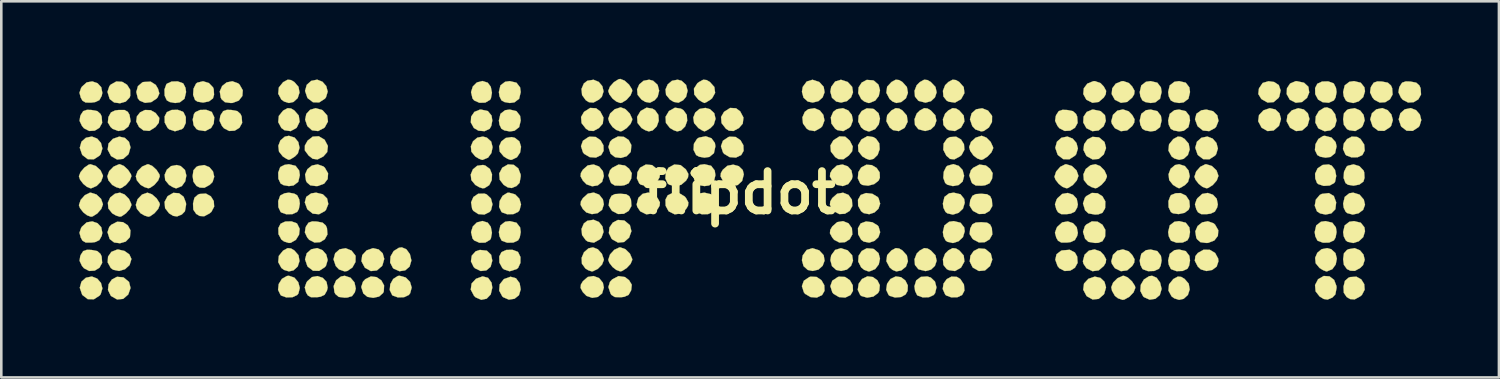
<source format=kicad_pcb>
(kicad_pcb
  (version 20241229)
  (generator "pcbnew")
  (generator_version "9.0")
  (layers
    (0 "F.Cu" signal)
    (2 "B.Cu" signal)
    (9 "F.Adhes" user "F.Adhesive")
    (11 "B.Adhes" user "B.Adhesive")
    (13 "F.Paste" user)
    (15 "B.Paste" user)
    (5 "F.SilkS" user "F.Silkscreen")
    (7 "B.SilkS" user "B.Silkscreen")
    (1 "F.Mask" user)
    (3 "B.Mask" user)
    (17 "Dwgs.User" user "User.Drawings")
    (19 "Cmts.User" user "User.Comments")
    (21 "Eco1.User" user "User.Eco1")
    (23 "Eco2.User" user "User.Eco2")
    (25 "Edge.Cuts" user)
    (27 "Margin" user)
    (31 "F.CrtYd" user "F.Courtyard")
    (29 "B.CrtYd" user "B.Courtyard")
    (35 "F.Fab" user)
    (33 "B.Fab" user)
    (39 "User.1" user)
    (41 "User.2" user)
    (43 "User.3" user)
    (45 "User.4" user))
  (footprint "flipdot"
    (layer "F.Cu")
    (at 25.574 4.408)
    (property "Reference" "flipdot" (at 0 0 0) (layer "F.SilkS") (effects (font (size 1.524 1.524) (thickness 0.3))))
    (attr through_hole)
    (fp_poly (pts (xy -22.789 -3.193) (xy -22.599 -3.084) (xy -22.457 -2.894) (xy -22.476 -2.707) (xy -22.606 -2.54) (xy -22.84 -2.391) (xy -23.071 -2.41) (xy -23.243 -2.543) (xy -23.351 -2.753) (xy -23.325 -2.952) (xy -23.2 -3.111) (xy -23.01 -3.201) (xy -22.789 -3.193)) (stroke (width 0.01) (type solid)) (fill yes) (layer "F.SilkS"))
    (fp_poly (pts (xy -9.776 2.246) (xy -9.613 2.404) (xy -9.567 2.632) (xy -9.633 2.87) (xy -9.799 3.009) (xy -10.017 3.033) (xy -10.239 2.926) (xy -10.289 2.876) (xy -10.394 2.658) (xy -10.362 2.438) (xy -10.212 2.271) (xy -10.047 2.216) (xy -9.776 2.246)) (stroke (width 0.01) (type solid)) (fill yes) (layer "F.SilkS"))
    (fp_poly (pts (xy -9.73 3.297) (xy -9.596 3.486) (xy -9.567 3.678) (xy -9.629 3.941) (xy -9.786 4.104) (xy -9.995 4.147) (xy -10.213 4.052) (xy -10.274 3.994) (xy -10.401 3.754) (xy -10.369 3.518) (xy -10.199 3.334) (xy -9.942 3.24) (xy -9.73 3.297)) (stroke (width 0.01) (type solid)) (fill yes) (layer "F.SilkS"))
    (fp_poly (pts (xy -5.549 -3.267) (xy -5.389 -3.147) (xy -5.264 -2.909) (xy -5.29 -2.673) (xy -5.438 -2.502) (xy -5.652 -2.387) (xy -5.824 -2.4) (xy -5.944 -2.477) (xy -6.112 -2.692) (xy -6.131 -2.93) (xy -6.016 -3.128) (xy -5.779 -3.28) (xy -5.549 -3.267)) (stroke (width 0.01) (type solid)) (fill yes) (layer "F.SilkS"))
    (fp_poly (pts (xy -0.131 -3.267) (xy 0.029 -3.147) (xy 0.155 -2.909) (xy 0.128 -2.673) (xy -0.019 -2.502) (xy -0.234 -2.387) (xy -0.406 -2.4) (xy -0.526 -2.477) (xy -0.693 -2.692) (xy -0.712 -2.93) (xy -0.597 -3.128) (xy -0.361 -3.28) (xy -0.131 -3.267)) (stroke (width 0.01) (type solid)) (fill yes) (layer "F.SilkS"))
    (fp_poly (pts (xy 4.093 -2.168) (xy 4.271 -2.013) (xy 4.387 -1.786) (xy 4.361 -1.6) (xy 4.233 -1.439) (xy 4.024 -1.292) (xy 3.828 -1.301) (xy 3.708 -1.376) (xy 3.54 -1.591) (xy 3.521 -1.829) (xy 3.636 -2.028) (xy 3.87 -2.178) (xy 4.093 -2.168)) (stroke (width 0.01) (type solid)) (fill yes) (layer "F.SilkS"))
    (fp_poly (pts (xy 23.008 0.129) (xy 23.099 0.373) (xy 23.068 0.641) (xy 22.909 0.803) (xy 22.691 0.847) (xy 22.481 0.805) (xy 22.356 0.725) (xy 22.269 0.505) (xy 22.311 0.27) (xy 22.464 0.088) (xy 22.547 0.047) (xy 22.818 0.016) (xy 23.008 0.129)) (stroke (width 0.01) (type solid)) (fill yes) (layer "F.SilkS"))
    (fp_poly (pts (xy -24.862 -2.093) (xy -24.716 -1.925) (xy -24.66 -1.711) (xy -24.726 -1.491) (xy -24.768 -1.436) (xy -24.991 -1.291) (xy -25.228 -1.297) (xy -25.429 -1.452) (xy -25.447 -1.478) (xy -25.536 -1.737) (xy -25.471 -1.973) (xy -25.299 -2.125) (xy -25.067 -2.173) (xy -24.862 -2.093)) (stroke (width 0.01) (type solid)) (fill yes) (layer "F.SilkS"))
    (fp_poly (pts (xy -24.862 3.326) (xy -24.716 3.494) (xy -24.66 3.708) (xy -24.726 3.928) (xy -24.768 3.983) (xy -24.991 4.127) (xy -25.228 4.121) (xy -25.429 3.967) (xy -25.447 3.941) (xy -25.536 3.681) (xy -25.471 3.446) (xy -25.299 3.293) (xy -25.067 3.245) (xy -24.862 3.326)) (stroke (width 0.01) (type solid)) (fill yes) (layer "F.SilkS"))
    (fp_poly (pts (xy -23.857 3.277) (xy -23.83 3.288) (xy -23.629 3.457) (xy -23.571 3.691) (xy -23.659 3.941) (xy -23.855 4.111) (xy -24.09 4.134) (xy -24.316 4.006) (xy -24.339 3.983) (xy -24.445 3.765) (xy -24.419 3.543) (xy -24.292 3.36) (xy -24.094 3.257) (xy -23.857 3.277)) (stroke (width 0.01) (type solid)) (fill yes) (layer "F.SilkS"))
    (fp_poly (pts (xy -23.788 -2.12) (xy -23.632 -1.97) (xy -23.572 -1.754) (xy -23.642 -1.506) (xy -23.659 -1.478) (xy -23.855 -1.308) (xy -24.091 -1.283) (xy -24.313 -1.409) (xy -24.329 -1.425) (xy -24.456 -1.665) (xy -24.424 -1.901) (xy -24.254 -2.084) (xy -24.006 -2.17) (xy -23.788 -2.12)) (stroke (width 0.01) (type solid)) (fill yes) (layer "F.SilkS"))
    (fp_poly (pts (xy -16.161 -3.203) (xy -16.132 -3.185) (xy -15.957 -2.988) (xy -15.929 -2.753) (xy -16.052 -2.53) (xy -16.072 -2.511) (xy -16.311 -2.384) (xy -16.547 -2.414) (xy -16.727 -2.578) (xy -16.813 -2.827) (xy -16.766 -3.049) (xy -16.62 -3.208) (xy -16.406 -3.271) (xy -16.161 -3.203)) (stroke (width 0.01) (type solid)) (fill yes) (layer "F.SilkS"))
    (fp_poly (pts (xy -16.142 -4.294) (xy -15.995 -4.126) (xy -15.939 -3.912) (xy -16.005 -3.692) (xy -16.047 -3.637) (xy -16.27 -3.493) (xy -16.507 -3.499) (xy -16.709 -3.653) (xy -16.727 -3.679) (xy -16.816 -3.939) (xy -16.75 -4.174) (xy -16.578 -4.327) (xy -16.346 -4.375) (xy -16.142 -4.294)) (stroke (width 0.01) (type solid)) (fill yes) (layer "F.SilkS"))
    (fp_poly (pts (xy -16.142 2.225) (xy -15.995 2.393) (xy -15.939 2.607) (xy -16.005 2.827) (xy -16.047 2.882) (xy -16.27 3.027) (xy -16.507 3.021) (xy -16.709 2.866) (xy -16.727 2.84) (xy -16.816 2.581) (xy -16.75 2.345) (xy -16.578 2.193) (xy -16.346 2.145) (xy -16.142 2.225)) (stroke (width 0.01) (type solid)) (fill yes) (layer "F.SilkS"))
    (fp_poly (pts (xy -16.127 0.063) (xy -15.963 0.224) (xy -15.915 0.438) (xy -16.005 0.663) (xy -16.05 0.714) (xy -16.275 0.836) (xy -16.517 0.812) (xy -16.72 0.649) (xy -16.732 0.632) (xy -16.826 0.375) (xy -16.769 0.163) (xy -16.58 0.029) (xy -16.388 0) (xy -16.127 0.063)) (stroke (width 0.01) (type solid)) (fill yes) (layer "F.SilkS"))
    (fp_poly (pts (xy -16.064 -2.053) (xy -16.057 -2.046) (xy -15.932 -1.808) (xy -15.958 -1.572) (xy -16.106 -1.402) (xy -16.332 -1.286) (xy -16.519 -1.312) (xy -16.679 -1.439) (xy -16.823 -1.635) (xy -16.822 -1.825) (xy -16.717 -2.013) (xy -16.52 -2.169) (xy -16.283 -2.183) (xy -16.064 -2.053)) (stroke (width 0.01) (type solid)) (fill yes) (layer "F.SilkS"))
    (fp_poly (pts (xy -15.017 2.241) (xy -14.867 2.432) (xy -14.859 2.454) (xy -14.863 2.683) (xy -14.983 2.896) (xy -15.176 3.03) (xy -15.282 3.048) (xy -15.503 2.971) (xy -15.626 2.84) (xy -15.715 2.581) (xy -15.65 2.345) (xy -15.478 2.193) (xy -15.243 2.151) (xy -15.017 2.241)) (stroke (width 0.01) (type solid)) (fill yes) (layer "F.SilkS"))
    (fp_poly (pts (xy -13.966 2.198) (xy -13.81 2.348) (xy -13.75 2.564) (xy -13.82 2.812) (xy -13.838 2.84) (xy -14.034 3.01) (xy -14.269 3.035) (xy -14.492 2.909) (xy -14.507 2.893) (xy -14.634 2.653) (xy -14.602 2.417) (xy -14.432 2.234) (xy -14.185 2.148) (xy -13.966 2.198)) (stroke (width 0.01) (type solid)) (fill yes) (layer "F.SilkS"))
    (fp_poly (pts (xy -9.786 0.066) (xy -9.621 0.222) (xy -9.56 0.449) (xy -9.615 0.674) (xy -9.669 0.745) (xy -9.874 0.847) (xy -10.109 0.829) (xy -10.301 0.703) (xy -10.348 0.628) (xy -10.389 0.375) (xy -10.299 0.167) (xy -10.114 0.042) (xy -9.872 0.036) (xy -9.786 0.066)) (stroke (width 0.01) (type solid)) (fill yes) (layer "F.SilkS"))
    (fp_poly (pts (xy -9.745 -4.258) (xy -9.626 -4.099) (xy -9.581 -3.867) (xy -9.621 -3.649) (xy -9.656 -3.593) (xy -9.839 -3.486) (xy -10.068 -3.48) (xy -10.269 -3.57) (xy -10.334 -3.649) (xy -10.39 -3.892) (xy -10.322 -4.11) (xy -10.165 -4.266) (xy -9.954 -4.323) (xy -9.745 -4.258)) (stroke (width 0.01) (type solid)) (fill yes) (layer "F.SilkS"))
    (fp_poly (pts (xy -9.745 1.16) (xy -9.626 1.32) (xy -9.581 1.552) (xy -9.621 1.77) (xy -9.656 1.825) (xy -9.839 1.933) (xy -10.068 1.938) (xy -10.269 1.849) (xy -10.334 1.77) (xy -10.39 1.527) (xy -10.322 1.309) (xy -10.165 1.153) (xy -9.954 1.096) (xy -9.745 1.16)) (stroke (width 0.01) (type solid)) (fill yes) (layer "F.SilkS"))
    (fp_poly (pts (xy -9.739 -3.159) (xy -9.596 -2.984) (xy -9.567 -2.794) (xy -9.604 -2.588) (xy -9.669 -2.472) (xy -9.866 -2.38) (xy -10.105 -2.4) (xy -10.281 -2.504) (xy -10.399 -2.718) (xy -10.386 -2.943) (xy -10.262 -3.126) (xy -10.046 -3.215) (xy -10.005 -3.217) (xy -9.739 -3.159)) (stroke (width 0.01) (type solid)) (fill yes) (layer "F.SilkS"))
    (fp_poly (pts (xy -8.65 3.314) (xy -8.509 3.505) (xy -8.468 3.744) (xy -8.536 3.969) (xy -8.707 4.107) (xy -8.928 4.14) (xy -9.146 4.046) (xy -9.18 4.016) (xy -9.301 3.792) (xy -9.281 3.55) (xy -9.125 3.352) (xy -9.114 3.344) (xy -8.862 3.254) (xy -8.65 3.314)) (stroke (width 0.01) (type solid)) (fill yes) (layer "F.SilkS"))
    (fp_poly (pts (xy -8.632 -4.257) (xy -8.492 -4.076) (xy -8.467 -3.895) (xy -8.528 -3.636) (xy -8.709 -3.497) (xy -8.89 -3.471) (xy -9.096 -3.508) (xy -9.212 -3.573) (xy -9.29 -3.731) (xy -9.313 -3.895) (xy -9.252 -4.153) (xy -9.071 -4.292) (xy -8.89 -4.318) (xy -8.632 -4.257)) (stroke (width 0.01) (type solid)) (fill yes) (layer "F.SilkS"))
    (fp_poly (pts (xy -8.632 -3.156) (xy -8.492 -2.975) (xy -8.467 -2.794) (xy -8.528 -2.536) (xy -8.709 -2.396) (xy -8.89 -2.371) (xy -9.096 -2.408) (xy -9.212 -2.472) (xy -9.29 -2.631) (xy -9.313 -2.794) (xy -9.252 -3.052) (xy -9.071 -3.192) (xy -8.89 -3.217) (xy -8.632 -3.156)) (stroke (width 0.01) (type solid)) (fill yes) (layer "F.SilkS"))
    (fp_poly (pts (xy -5.563 -2.156) (xy -5.378 -2.029) (xy -5.266 -1.835) (xy -5.258 -1.619) (xy -5.351 -1.456) (xy -5.555 -1.358) (xy -5.798 -1.376) (xy -6.009 -1.501) (xy -6.058 -1.561) (xy -6.134 -1.8) (xy -6.059 -2.01) (xy -5.847 -2.152) (xy -5.794 -2.168) (xy -5.563 -2.156)) (stroke (width 0.01) (type solid)) (fill yes) (layer "F.SilkS"))
    (fp_poly (pts (xy -5.446 -4.288) (xy -5.308 -4.124) (xy -5.26 -3.919) (xy -5.326 -3.714) (xy -5.438 -3.603) (xy -5.652 -3.488) (xy -5.825 -3.501) (xy -5.947 -3.577) (xy -6.092 -3.777) (xy -6.115 -4.014) (xy -6.023 -4.228) (xy -5.888 -4.332) (xy -5.648 -4.371) (xy -5.446 -4.288)) (stroke (width 0.01) (type solid)) (fill yes) (layer "F.SilkS"))
    (fp_poly (pts (xy -5.44 1.135) (xy -5.303 1.307) (xy -5.261 1.521) (xy -5.341 1.738) (xy -5.404 1.807) (xy -5.634 1.936) (xy -5.863 1.896) (xy -5.947 1.841) (xy -6.092 1.642) (xy -6.115 1.404) (xy -6.023 1.191) (xy -5.888 1.087) (xy -5.645 1.048) (xy -5.44 1.135)) (stroke (width 0.01) (type solid)) (fill yes) (layer "F.SilkS"))
    (fp_poly (pts (xy -5.434 -1.012) (xy -5.287 -0.832) (xy -5.249 -0.646) (xy -5.316 -0.419) (xy -5.483 -0.282) (xy -5.701 -0.247) (xy -5.921 -0.323) (xy -6.061 -0.466) (xy -6.151 -0.631) (xy -6.137 -0.762) (xy -6.061 -0.889) (xy -5.872 -1.055) (xy -5.646 -1.091) (xy -5.434 -1.012)) (stroke (width 0.01) (type solid)) (fill yes) (layer "F.SilkS"))
    (fp_poly (pts (xy -5.434 3.306) (xy -5.287 3.486) (xy -5.249 3.672) (xy -5.316 3.899) (xy -5.483 4.036) (xy -5.701 4.071) (xy -5.921 3.995) (xy -6.061 3.852) (xy -6.151 3.687) (xy -6.137 3.556) (xy -6.061 3.429) (xy -5.872 3.263) (xy -5.646 3.227) (xy -5.434 3.306)) (stroke (width 0.01) (type solid)) (fill yes) (layer "F.SilkS"))
    (fp_poly (pts (xy -5.431 0.076) (xy -5.286 0.26) (xy -5.249 0.454) (xy -5.318 0.664) (xy -5.489 0.793) (xy -5.71 0.831) (xy -5.928 0.765) (xy -6.061 0.635) (xy -6.151 0.469) (xy -6.137 0.339) (xy -6.061 0.212) (xy -5.867 0.037) (xy -5.641 -0.004) (xy -5.431 0.076)) (stroke (width 0.01) (type solid)) (fill yes) (layer "F.SilkS"))
    (fp_poly (pts (xy -4.468 1.076) (xy -4.442 1.087) (xy -4.241 1.256) (xy -4.182 1.49) (xy -4.271 1.74) (xy -4.466 1.91) (xy -4.701 1.933) (xy -4.928 1.805) (xy -4.95 1.781) (xy -5.056 1.564) (xy -5.03 1.342) (xy -4.903 1.159) (xy -4.705 1.056) (xy -4.468 1.076)) (stroke (width 0.01) (type solid)) (fill yes) (layer "F.SilkS"))
    (fp_poly (pts (xy -3.341 -4.332) (xy -3.168 -4.173) (xy -3.108 -3.946) (xy -3.166 -3.713) (xy -3.282 -3.577) (xy -3.463 -3.482) (xy -3.642 -3.513) (xy -3.791 -3.603) (xy -3.942 -3.787) (xy -3.963 -3.997) (xy -3.878 -4.192) (xy -3.714 -4.331) (xy -3.495 -4.373) (xy -3.341 -4.332)) (stroke (width 0.01) (type solid)) (fill yes) (layer "F.SilkS"))
    (fp_poly (pts (xy -2.24 -4.332) (xy -2.067 -4.173) (xy -2.007 -3.946) (xy -2.065 -3.713) (xy -2.181 -3.577) (xy -2.362 -3.482) (xy -2.542 -3.513) (xy -2.69 -3.603) (xy -2.841 -3.787) (xy -2.862 -3.997) (xy -2.778 -4.192) (xy -2.613 -4.331) (xy -2.395 -4.373) (xy -2.24 -4.332)) (stroke (width 0.01) (type solid)) (fill yes) (layer "F.SilkS"))
    (fp_poly (pts (xy -1.096 -1.04) (xy -0.957 -0.858) (xy -0.931 -0.677) (xy -0.992 -0.419) (xy -1.174 -0.28) (xy -1.355 -0.254) (xy -1.561 -0.291) (xy -1.676 -0.356) (xy -1.755 -0.514) (xy -1.778 -0.677) (xy -1.717 -0.936) (xy -1.536 -1.075) (xy -1.355 -1.101) (xy -1.096 -1.04)) (stroke (width 0.01) (type solid)) (fill yes) (layer "F.SilkS"))
    (fp_poly (pts (xy -1.083 -2.106) (xy -0.951 -1.924) (xy -0.931 -1.797) (xy -0.988 -1.529) (xy -1.162 -1.384) (xy -1.355 -1.355) (xy -1.561 -1.392) (xy -1.676 -1.456) (xy -1.778 -1.659) (xy -1.762 -1.893) (xy -1.641 -2.084) (xy -1.566 -2.132) (xy -1.303 -2.183) (xy -1.083 -2.106)) (stroke (width 0.01) (type solid)) (fill yes) (layer "F.SilkS"))
    (fp_poly (pts (xy -0.145 -2.156) (xy 0.041 -2.029) (xy 0.152 -1.835) (xy 0.161 -1.619) (xy 0.068 -1.456) (xy -0.136 -1.358) (xy -0.38 -1.376) (xy -0.591 -1.501) (xy -0.639 -1.561) (xy -0.716 -1.8) (xy -0.64 -2.01) (xy -0.429 -2.152) (xy -0.375 -2.168) (xy -0.145 -2.156)) (stroke (width 0.01) (type solid)) (fill yes) (layer "F.SilkS"))
    (fp_poly (pts (xy -0.026 -1.026) (xy 0.127 -0.877) (xy 0.169 -0.708) (xy 0.103 -0.455) (xy -0.064 -0.298) (xy -0.283 -0.249) (xy -0.506 -0.324) (xy -0.643 -0.466) (xy -0.732 -0.631) (xy -0.718 -0.762) (xy -0.643 -0.889) (xy -0.463 -1.043) (xy -0.24 -1.085) (xy -0.026 -1.026)) (stroke (width 0.01) (type solid)) (fill yes) (layer "F.SilkS"))
    (fp_poly (pts (xy 2.988 3.263) (xy 3.174 3.389) (xy 3.285 3.584) (xy 3.293 3.8) (xy 3.2 3.962) (xy 2.996 4.061) (xy 2.753 4.042) (xy 2.542 3.918) (xy 2.494 3.858) (xy 2.417 3.618) (xy 2.493 3.408) (xy 2.704 3.267) (xy 2.758 3.251) (xy 2.988 3.263)) (stroke (width 0.01) (type solid)) (fill yes) (layer "F.SilkS"))
    (fp_poly (pts (xy 3.083 -4.288) (xy 3.094 -4.281) (xy 3.261 -4.097) (xy 3.295 -3.886) (xy 3.22 -3.688) (xy 3.058 -3.543) (xy 2.834 -3.488) (xy 2.645 -3.528) (xy 2.481 -3.675) (xy 2.418 -3.906) (xy 2.45 -4.094) (xy 2.603 -4.302) (xy 2.827 -4.371) (xy 3.083 -4.288)) (stroke (width 0.01) (type solid)) (fill yes) (layer "F.SilkS"))
    (fp_poly (pts (xy 3.083 2.231) (xy 3.094 2.239) (xy 3.261 2.423) (xy 3.295 2.633) (xy 3.22 2.831) (xy 3.058 2.977) (xy 2.834 3.031) (xy 2.645 2.992) (xy 2.481 2.844) (xy 2.418 2.613) (xy 2.45 2.426) (xy 2.603 2.217) (xy 2.827 2.149) (xy 3.083 2.231)) (stroke (width 0.01) (type solid)) (fill yes) (layer "F.SilkS"))
    (fp_poly (pts (xy 3.111 -3.183) (xy 3.248 -3.011) (xy 3.291 -2.797) (xy 3.211 -2.58) (xy 3.147 -2.511) (xy 2.917 -2.382) (xy 2.688 -2.422) (xy 2.604 -2.477) (xy 2.46 -2.676) (xy 2.436 -2.914) (xy 2.529 -3.127) (xy 2.664 -3.231) (xy 2.907 -3.27) (xy 3.111 -3.183)) (stroke (width 0.01) (type solid)) (fill yes) (layer "F.SilkS"))
    (fp_poly (pts (xy 4.089 3.263) (xy 4.274 3.389) (xy 4.386 3.584) (xy 4.394 3.8) (xy 4.301 3.962) (xy 4.097 4.061) (xy 3.854 4.042) (xy 3.643 3.918) (xy 3.594 3.858) (xy 3.518 3.618) (xy 3.593 3.408) (xy 3.805 3.267) (xy 3.858 3.251) (xy 4.089 3.263)) (stroke (width 0.01) (type solid)) (fill yes) (layer "F.SilkS"))
    (fp_poly (pts (xy 4.184 -4.288) (xy 4.195 -4.281) (xy 4.362 -4.097) (xy 4.396 -3.886) (xy 4.321 -3.688) (xy 4.159 -3.543) (xy 3.935 -3.488) (xy 3.746 -3.528) (xy 3.582 -3.675) (xy 3.519 -3.906) (xy 3.551 -4.094) (xy 3.704 -4.302) (xy 3.928 -4.371) (xy 4.184 -4.288)) (stroke (width 0.01) (type solid)) (fill yes) (layer "F.SilkS"))
    (fp_poly (pts (xy 4.184 2.231) (xy 4.195 2.239) (xy 4.362 2.423) (xy 4.396 2.633) (xy 4.321 2.831) (xy 4.159 2.977) (xy 3.935 3.031) (xy 3.746 2.992) (xy 3.582 2.844) (xy 3.519 2.613) (xy 3.551 2.426) (xy 3.704 2.217) (xy 3.928 2.149) (xy 4.184 2.231)) (stroke (width 0.01) (type solid)) (fill yes) (layer "F.SilkS"))
    (fp_poly (pts (xy 4.192 -1.019) (xy 4.336 -0.862) (xy 4.378 -0.64) (xy 4.353 -0.527) (xy 4.211 -0.332) (xy 3.999 -0.255) (xy 3.772 -0.3) (xy 3.594 -0.461) (xy 3.502 -0.628) (xy 3.514 -0.757) (xy 3.591 -0.889) (xy 3.775 -1.053) (xy 3.99 -1.09) (xy 4.192 -1.019)) (stroke (width 0.01) (type solid)) (fill yes) (layer "F.SilkS"))
    (fp_poly (pts (xy 4.212 -3.183) (xy 4.349 -3.011) (xy 4.391 -2.797) (xy 4.311 -2.58) (xy 4.248 -2.511) (xy 4.018 -2.382) (xy 3.789 -2.422) (xy 3.705 -2.477) (xy 3.56 -2.676) (xy 3.537 -2.914) (xy 3.629 -3.127) (xy 3.764 -3.231) (xy 4.007 -3.27) (xy 4.212 -3.183)) (stroke (width 0.01) (type solid)) (fill yes) (layer "F.SilkS"))
    (fp_poly (pts (xy 4.221 0.085) (xy 4.353 0.273) (xy 4.37 0.517) (xy 4.266 0.705) (xy 4.084 0.816) (xy 3.869 0.83) (xy 3.666 0.725) (xy 3.591 0.635) (xy 3.502 0.471) (xy 3.515 0.341) (xy 3.594 0.207) (xy 3.783 0.041) (xy 4.011 0.002) (xy 4.221 0.085)) (stroke (width 0.01) (type solid)) (fill yes) (layer "F.SilkS"))
    (fp_poly (pts (xy 4.221 1.186) (xy 4.353 1.373) (xy 4.37 1.617) (xy 4.266 1.805) (xy 4.084 1.917) (xy 3.869 1.931) (xy 3.666 1.826) (xy 3.591 1.736) (xy 3.502 1.571) (xy 3.515 1.442) (xy 3.594 1.307) (xy 3.783 1.141) (xy 4.011 1.102) (xy 4.221 1.186)) (stroke (width 0.01) (type solid)) (fill yes) (layer "F.SilkS"))
    (fp_poly (pts (xy 5.124 -1.067) (xy 5.309 -0.958) (xy 5.427 -0.785) (xy 5.436 -0.577) (xy 5.385 -0.466) (xy 5.215 -0.331) (xy 4.982 -0.271) (xy 4.761 -0.298) (xy 4.677 -0.352) (xy 4.582 -0.553) (xy 4.603 -0.794) (xy 4.71 -0.972) (xy 4.911 -1.082) (xy 5.124 -1.067)) (stroke (width 0.01) (type solid)) (fill yes) (layer "F.SilkS"))
    (fp_poly (pts (xy 5.166 3.266) (xy 5.338 3.391) (xy 5.433 3.579) (xy 5.413 3.798) (xy 5.365 3.885) (xy 5.183 4.022) (xy 4.942 4.063) (xy 4.722 4.001) (xy 4.674 3.962) (xy 4.579 3.762) (xy 4.614 3.526) (xy 4.744 3.342) (xy 4.955 3.239) (xy 5.166 3.266)) (stroke (width 0.01) (type solid)) (fill yes) (layer "F.SilkS"))
    (fp_poly (pts (xy 6.18 -4.359) (xy 6.308 -4.283) (xy 6.481 -4.09) (xy 6.522 -3.864) (xy 6.445 -3.654) (xy 6.264 -3.509) (xy 6.072 -3.471) (xy 5.927 -3.529) (xy 5.813 -3.626) (xy 5.686 -3.866) (xy 5.717 -4.102) (xy 5.884 -4.283) (xy 6.05 -4.373) (xy 6.18 -4.359)) (stroke (width 0.01) (type solid)) (fill yes) (layer "F.SilkS"))
    (fp_poly (pts (xy 6.18 -3.258) (xy 6.308 -3.183) (xy 6.479 -2.986) (xy 6.511 -2.745) (xy 6.399 -2.517) (xy 6.386 -2.504) (xy 6.167 -2.382) (xy 5.94 -2.423) (xy 5.813 -2.526) (xy 5.686 -2.765) (xy 5.717 -3.001) (xy 5.884 -3.183) (xy 6.05 -3.272) (xy 6.18 -3.258)) (stroke (width 0.01) (type solid)) (fill yes) (layer "F.SilkS"))
    (fp_poly (pts (xy 6.18 2.161) (xy 6.308 2.236) (xy 6.481 2.429) (xy 6.522 2.655) (xy 6.445 2.865) (xy 6.264 3.011) (xy 6.072 3.048) (xy 5.927 2.99) (xy 5.813 2.893) (xy 5.686 2.653) (xy 5.717 2.418) (xy 5.884 2.236) (xy 6.05 2.146) (xy 6.18 2.161)) (stroke (width 0.01) (type solid)) (fill yes) (layer "F.SilkS"))
    (fp_poly (pts (xy 6.255 3.272) (xy 6.422 3.4) (xy 6.517 3.589) (xy 6.508 3.805) (xy 6.43 3.942) (xy 6.257 4.039) (xy 6.022 4.058) (xy 5.815 3.994) (xy 5.774 3.962) (xy 5.68 3.762) (xy 5.715 3.526) (xy 5.845 3.342) (xy 6.051 3.242) (xy 6.255 3.272)) (stroke (width 0.01) (type solid)) (fill yes) (layer "F.SilkS"))
    (fp_poly (pts (xy 8.417 3.26) (xy 8.549 3.342) (xy 8.69 3.556) (xy 8.709 3.791) (xy 8.619 3.962) (xy 8.435 4.048) (xy 8.199 4.052) (xy 7.999 3.977) (xy 7.963 3.942) (xy 7.868 3.728) (xy 7.9 3.517) (xy 8.025 3.346) (xy 8.208 3.249) (xy 8.417 3.26)) (stroke (width 0.01) (type solid)) (fill yes) (layer "F.SilkS"))
    (fp_poly (pts (xy 8.488 -1.038) (xy 8.639 -0.875) (xy 8.697 -0.653) (xy 8.64 -0.431) (xy 8.484 -0.296) (xy 8.26 -0.254) (xy 8.044 -0.309) (xy 7.963 -0.376) (xy 7.891 -0.571) (xy 7.908 -0.807) (xy 8.004 -1.001) (xy 8.051 -1.041) (xy 8.281 -1.106) (xy 8.488 -1.038)) (stroke (width 0.01) (type solid)) (fill yes) (layer "F.SilkS"))
    (fp_poly (pts (xy 8.557 0.062) (xy 8.698 0.24) (xy 8.721 0.392) (xy 8.652 0.62) (xy 8.482 0.781) (xy 8.263 0.849) (xy 8.047 0.8) (xy 7.976 0.745) (xy 7.897 0.587) (xy 7.874 0.423) (xy 7.935 0.165) (xy 8.116 0.026) (xy 8.297 0) (xy 8.557 0.062)) (stroke (width 0.01) (type solid)) (fill yes) (layer "F.SilkS"))
    (fp_poly (pts (xy 8.557 1.163) (xy 8.698 1.341) (xy 8.721 1.493) (xy 8.652 1.721) (xy 8.482 1.881) (xy 8.263 1.95) (xy 8.047 1.901) (xy 7.976 1.846) (xy 7.897 1.687) (xy 7.874 1.524) (xy 7.935 1.266) (xy 8.116 1.126) (xy 8.297 1.101) (xy 8.557 1.163)) (stroke (width 0.01) (type solid)) (fill yes) (layer "F.SilkS"))
    (fp_poly (pts (xy 8.577 -2.06) (xy 8.691 -1.877) (xy 8.707 -1.662) (xy 8.601 -1.46) (xy 8.532 -1.402) (xy 8.318 -1.287) (xy 8.152 -1.307) (xy 8.008 -1.432) (xy 7.89 -1.661) (xy 7.902 -1.9) (xy 8.034 -2.09) (xy 8.147 -2.152) (xy 8.388 -2.167) (xy 8.577 -2.06)) (stroke (width 0.01) (type solid)) (fill yes) (layer "F.SilkS"))
    (fp_poly (pts (xy 9.502 2.176) (xy 9.528 2.187) (xy 9.729 2.356) (xy 9.788 2.591) (xy 9.699 2.84) (xy 9.504 3.011) (xy 9.269 3.033) (xy 9.042 2.905) (xy 9.02 2.882) (xy 8.914 2.664) (xy 8.94 2.443) (xy 9.067 2.259) (xy 9.265 2.157) (xy 9.502 2.176)) (stroke (width 0.01) (type solid)) (fill yes) (layer "F.SilkS"))
    (fp_poly (pts (xy 9.621 -3.178) (xy 9.771 -2.986) (xy 9.779 -2.964) (xy 9.775 -2.735) (xy 9.655 -2.523) (xy 9.462 -2.389) (xy 9.356 -2.371) (xy 9.135 -2.448) (xy 9.012 -2.578) (xy 8.923 -2.838) (xy 8.988 -3.074) (xy 9.16 -3.226) (xy 9.395 -3.267) (xy 9.621 -3.178)) (stroke (width 0.01) (type solid)) (fill yes) (layer "F.SilkS"))
    (fp_poly (pts (xy 12.899 -2.093) (xy 13.045 -1.925) (xy 13.101 -1.711) (xy 13.036 -1.491) (xy 12.993 -1.436) (xy 12.77 -1.291) (xy 12.534 -1.297) (xy 12.332 -1.452) (xy 12.314 -1.478) (xy 12.225 -1.737) (xy 12.29 -1.973) (xy 12.462 -2.125) (xy 12.694 -2.173) (xy 12.899 -2.093)) (stroke (width 0.01) (type solid)) (fill yes) (layer "F.SilkS"))
    (fp_poly (pts (xy 12.985 2.316) (xy 13.074 2.475) (xy 13.09 2.717) (xy 12.986 2.906) (xy 12.804 3.018) (xy 12.589 3.032) (xy 12.387 2.928) (xy 12.314 2.84) (xy 12.225 2.595) (xy 12.274 2.382) (xy 12.45 2.247) (xy 12.487 2.236) (xy 12.786 2.211) (xy 12.985 2.316)) (stroke (width 0.01) (type solid)) (fill yes) (layer "F.SilkS"))
    (fp_poly (pts (xy 13.905 -2.142) (xy 13.931 -2.131) (xy 14.132 -1.962) (xy 14.191 -1.727) (xy 14.102 -1.478) (xy 13.907 -1.307) (xy 13.672 -1.285) (xy 13.445 -1.413) (xy 13.423 -1.436) (xy 13.316 -1.654) (xy 13.342 -1.875) (xy 13.47 -2.059) (xy 13.667 -2.161) (xy 13.905 -2.142)) (stroke (width 0.01) (type solid)) (fill yes) (layer "F.SilkS"))
    (fp_poly (pts (xy 13.974 3.299) (xy 14.13 3.449) (xy 14.19 3.665) (xy 14.12 3.913) (xy 14.102 3.941) (xy 13.906 4.111) (xy 13.671 4.135) (xy 13.448 4.01) (xy 13.433 3.994) (xy 13.306 3.754) (xy 13.338 3.518) (xy 13.508 3.334) (xy 13.755 3.249) (xy 13.974 3.299)) (stroke (width 0.01) (type solid)) (fill yes) (layer "F.SilkS"))
    (fp_poly (pts (xy 13.981 -3.156) (xy 14.149 -2.999) (xy 14.182 -2.778) (xy 14.097 -2.57) (xy 13.903 -2.408) (xy 13.662 -2.38) (xy 13.436 -2.494) (xy 13.426 -2.504) (xy 13.308 -2.717) (xy 13.32 -2.941) (xy 13.442 -3.125) (xy 13.653 -3.214) (xy 13.698 -3.216) (xy 13.981 -3.156)) (stroke (width 0.01) (type solid)) (fill yes) (layer "F.SilkS"))
    (fp_poly (pts (xy 16.176 -4.257) (xy 16.315 -4.076) (xy 16.341 -3.895) (xy 16.28 -3.636) (xy 16.098 -3.497) (xy 15.917 -3.471) (xy 15.711 -3.508) (xy 15.596 -3.573) (xy 15.517 -3.731) (xy 15.494 -3.895) (xy 15.555 -4.153) (xy 15.736 -4.292) (xy 15.917 -4.318) (xy 16.176 -4.257)) (stroke (width 0.01) (type solid)) (fill yes) (layer "F.SilkS"))
    (fp_poly (pts (xy 16.176 -3.156) (xy 16.315 -2.975) (xy 16.341 -2.794) (xy 16.28 -2.536) (xy 16.098 -2.396) (xy 15.917 -2.371) (xy 15.711 -2.408) (xy 15.596 -2.472) (xy 15.517 -2.631) (xy 15.494 -2.794) (xy 15.555 -3.052) (xy 15.736 -3.192) (xy 15.917 -3.217) (xy 16.176 -3.156)) (stroke (width 0.01) (type solid)) (fill yes) (layer "F.SilkS"))
    (fp_poly (pts (xy 17.276 -4.257) (xy 17.416 -4.076) (xy 17.441 -3.895) (xy 17.38 -3.636) (xy 17.199 -3.497) (xy 17.018 -3.471) (xy 16.812 -3.508) (xy 16.696 -3.573) (xy 16.618 -3.731) (xy 16.595 -3.895) (xy 16.656 -4.153) (xy 16.837 -4.292) (xy 17.018 -4.318) (xy 17.276 -4.257)) (stroke (width 0.01) (type solid)) (fill yes) (layer "F.SilkS"))
    (fp_poly (pts (xy 17.276 -3.156) (xy 17.416 -2.975) (xy 17.441 -2.794) (xy 17.38 -2.536) (xy 17.199 -2.396) (xy 17.018 -2.371) (xy 16.812 -2.408) (xy 16.696 -2.472) (xy 16.618 -2.631) (xy 16.595 -2.794) (xy 16.656 -3.052) (xy 16.837 -3.192) (xy 17.018 -3.217) (xy 17.276 -3.156)) (stroke (width 0.01) (type solid)) (fill yes) (layer "F.SilkS"))
    (fp_poly (pts (xy 18.209 2.213) (xy 18.413 2.334) (xy 18.53 2.548) (xy 18.542 2.655) (xy 18.472 2.862) (xy 18.299 2.992) (xy 18.077 3.033) (xy 17.86 2.97) (xy 17.742 2.86) (xy 17.626 2.635) (xy 17.648 2.456) (xy 17.744 2.334) (xy 17.969 2.207) (xy 18.209 2.213)) (stroke (width 0.01) (type solid)) (fill yes) (layer "F.SilkS"))
    (fp_poly (pts (xy 18.318 -2.093) (xy 18.464 -1.925) (xy 18.52 -1.711) (xy 18.454 -1.491) (xy 18.412 -1.436) (xy 18.189 -1.291) (xy 17.952 -1.297) (xy 17.751 -1.452) (xy 17.733 -1.478) (xy 17.644 -1.737) (xy 17.709 -1.973) (xy 17.881 -2.125) (xy 18.113 -2.173) (xy 18.318 -2.093)) (stroke (width 0.01) (type solid)) (fill yes) (layer "F.SilkS"))
    (fp_poly (pts (xy 18.332 -3.154) (xy 18.497 -2.993) (xy 18.544 -2.779) (xy 18.454 -2.555) (xy 18.409 -2.504) (xy 18.184 -2.381) (xy 17.942 -2.405) (xy 17.739 -2.568) (xy 17.728 -2.586) (xy 17.634 -2.843) (xy 17.69 -3.055) (xy 17.879 -3.188) (xy 18.072 -3.217) (xy 18.332 -3.154)) (stroke (width 0.01) (type solid)) (fill yes) (layer "F.SilkS"))
    (fp_poly (pts (xy 20.747 -3.22) (xy 20.903 -3.07) (xy 20.963 -2.854) (xy 20.893 -2.607) (xy 20.875 -2.578) (xy 20.68 -2.408) (xy 20.444 -2.384) (xy 20.221 -2.509) (xy 20.206 -2.526) (xy 20.079 -2.766) (xy 20.111 -3.002) (xy 20.281 -3.185) (xy 20.528 -3.27) (xy 20.747 -3.22)) (stroke (width 0.01) (type solid)) (fill yes) (layer "F.SilkS"))
    (fp_poly (pts (xy 21.848 -3.22) (xy 22.004 -3.07) (xy 22.064 -2.854) (xy 21.994 -2.607) (xy 21.976 -2.578) (xy 21.78 -2.408) (xy 21.545 -2.384) (xy 21.322 -2.509) (xy 21.307 -2.526) (xy 21.18 -2.766) (xy 21.212 -3.002) (xy 21.382 -3.185) (xy 21.629 -3.27) (xy 21.848 -3.22)) (stroke (width 0.01) (type solid)) (fill yes) (layer "F.SilkS"))
    (fp_poly (pts (xy 21.855 -4.256) (xy 22.023 -4.1) (xy 22.056 -3.878) (xy 21.971 -3.671) (xy 21.777 -3.509) (xy 21.536 -3.481) (xy 21.31 -3.595) (xy 21.3 -3.604) (xy 21.182 -3.817) (xy 21.194 -4.042) (xy 21.316 -4.225) (xy 21.527 -4.315) (xy 21.572 -4.317) (xy 21.855 -4.256)) (stroke (width 0.01) (type solid)) (fill yes) (layer "F.SilkS"))
    (fp_poly (pts (xy 22.917 -2.134) (xy 23.078 -1.957) (xy 23.114 -1.792) (xy 23.056 -1.527) (xy 22.881 -1.383) (xy 22.691 -1.355) (xy 22.484 -1.392) (xy 22.369 -1.456) (xy 22.276 -1.65) (xy 22.298 -1.877) (xy 22.41 -2.078) (xy 22.589 -2.192) (xy 22.66 -2.201) (xy 22.917 -2.134)) (stroke (width 0.01) (type solid)) (fill yes) (layer "F.SilkS"))
    (fp_poly (pts (xy 23.911 -2.158) (xy 24.043 -2.077) (xy 24.184 -1.863) (xy 24.203 -1.628) (xy 24.113 -1.456) (xy 23.929 -1.37) (xy 23.693 -1.366) (xy 23.493 -1.442) (xy 23.457 -1.477) (xy 23.362 -1.691) (xy 23.394 -1.901) (xy 23.519 -2.073) (xy 23.702 -2.17) (xy 23.911 -2.158)) (stroke (width 0.01) (type solid)) (fill yes) (layer "F.SilkS"))
    (fp_poly (pts (xy 24.003 0.075) (xy 24.169 0.268) (xy 24.215 0.469) (xy 24.142 0.665) (xy 23.964 0.799) (xy 23.74 0.848) (xy 23.527 0.791) (xy 23.47 0.745) (xy 23.391 0.587) (xy 23.368 0.423) (xy 23.43 0.164) (xy 23.608 0.023) (xy 23.76 0) (xy 24.003 0.075)) (stroke (width 0.01) (type solid)) (fill yes) (layer "F.SilkS"))
    (fp_poly (pts (xy 24.051 -4.256) (xy 24.192 -4.078) (xy 24.215 -3.926) (xy 24.146 -3.698) (xy 23.976 -3.537) (xy 23.757 -3.469) (xy 23.541 -3.518) (xy 23.47 -3.573) (xy 23.391 -3.731) (xy 23.368 -3.895) (xy 23.429 -4.153) (xy 23.61 -4.292) (xy 23.791 -4.318) (xy 24.051 -4.256)) (stroke (width 0.01) (type solid)) (fill yes) (layer "F.SilkS"))
    (fp_poly (pts (xy 24.051 1.163) (xy 24.192 1.341) (xy 24.215 1.493) (xy 24.146 1.721) (xy 23.976 1.881) (xy 23.757 1.95) (xy 23.541 1.901) (xy 23.47 1.846) (xy 23.391 1.687) (xy 23.368 1.524) (xy 23.429 1.266) (xy 23.61 1.126) (xy 23.791 1.101) (xy 24.051 1.163)) (stroke (width 0.01) (type solid)) (fill yes) (layer "F.SilkS"))
    (fp_poly (pts (xy 25.091 -3.194) (xy 25.237 -3.026) (xy 25.293 -2.811) (xy 25.228 -2.591) (xy 25.185 -2.537) (xy 24.962 -2.392) (xy 24.726 -2.398) (xy 24.524 -2.552) (xy 24.506 -2.578) (xy 24.417 -2.838) (xy 24.482 -3.074) (xy 24.654 -3.226) (xy 24.886 -3.274) (xy 25.091 -3.194)) (stroke (width 0.01) (type solid)) (fill yes) (layer "F.SilkS"))
    (fp_poly (pts (xy 26.192 -3.194) (xy 26.338 -3.026) (xy 26.394 -2.811) (xy 26.328 -2.591) (xy 26.286 -2.537) (xy 26.063 -2.392) (xy 25.826 -2.398) (xy 25.625 -2.552) (xy 25.607 -2.578) (xy 25.518 -2.838) (xy 25.583 -3.074) (xy 25.755 -3.226) (xy 25.987 -3.274) (xy 26.192 -3.194)) (stroke (width 0.01) (type solid)) (fill yes) (layer "F.SilkS"))
    (fp_poly (pts (xy -23.897 -4.292) (xy -23.705 -4.176) (xy -23.586 -3.986) (xy -23.582 -3.751) (xy -23.608 -3.68) (xy -23.757 -3.525) (xy -23.979 -3.461) (xy -24.206 -3.491) (xy -24.371 -3.619) (xy -24.381 -3.635) (xy -24.464 -3.901) (xy -24.391 -4.121) (xy -24.336 -4.185) (xy -24.121 -4.304) (xy -23.897 -4.292)) (stroke (width 0.01) (type solid)) (fill yes) (layer "F.SilkS"))
    (fp_poly (pts (xy -23.862 1.141) (xy -23.677 1.262) (xy -23.574 1.458) (xy -23.592 1.701) (xy -23.608 1.739) (xy -23.757 1.893) (xy -23.979 1.958) (xy -24.206 1.928) (xy -24.371 1.8) (xy -24.381 1.784) (xy -24.463 1.532) (xy -24.396 1.329) (xy -24.314 1.241) (xy -24.088 1.125) (xy -23.862 1.141)) (stroke (width 0.01) (type solid)) (fill yes) (layer "F.SilkS"))
    (fp_poly (pts (xy -23.807 2.255) (xy -23.617 2.39) (xy -23.537 2.564) (xy -23.537 2.57) (xy -23.608 2.801) (xy -23.785 2.963) (xy -24.015 3.031) (xy -24.245 2.983) (xy -24.336 2.915) (xy -24.456 2.698) (xy -24.441 2.473) (xy -24.312 2.291) (xy -24.089 2.203) (xy -24.048 2.201) (xy -23.807 2.255)) (stroke (width 0.01) (type solid)) (fill yes) (layer "F.SilkS"))
    (fp_poly (pts (xy -22.595 -4.172) (xy -22.507 -4.024) (xy -22.455 -3.839) (xy -22.524 -3.687) (xy -22.563 -3.641) (xy -22.772 -3.504) (xy -23.01 -3.477) (xy -23.213 -3.559) (xy -23.288 -3.649) (xy -23.348 -3.898) (xy -23.284 -4.124) (xy -23.115 -4.269) (xy -23.071 -4.284) (xy -22.792 -4.299) (xy -22.595 -4.172)) (stroke (width 0.01) (type solid)) (fill yes) (layer "F.SilkS"))
    (fp_poly (pts (xy -21.693 0.023) (xy -21.515 0.16) (xy -21.424 0.398) (xy -21.421 0.466) (xy -21.466 0.721) (xy -21.584 0.844) (xy -21.769 0.92) (xy -21.92 0.898) (xy -22.079 0.8) (xy -22.233 0.602) (xy -22.254 0.358) (xy -22.136 0.135) (xy -22.134 0.133) (xy -21.914 0.007) (xy -21.693 0.023)) (stroke (width 0.01) (type solid)) (fill yes) (layer "F.SilkS"))
    (fp_poly (pts (xy -21.629 -1.03) (xy -21.464 -0.878) (xy -21.41 -0.663) (xy -21.454 -0.437) (xy -21.585 -0.255) (xy -21.79 -0.17) (xy -21.82 -0.169) (xy -21.936 -0.214) (xy -22.079 -0.301) (xy -22.23 -0.485) (xy -22.251 -0.695) (xy -22.166 -0.89) (xy -22.002 -1.029) (xy -21.783 -1.071) (xy -21.629 -1.03)) (stroke (width 0.01) (type solid)) (fill yes) (layer "F.SilkS"))
    (fp_poly (pts (xy -21.545 -3.135) (xy -21.522 -3.116) (xy -21.431 -2.928) (xy -21.433 -2.699) (xy -21.521 -2.509) (xy -21.584 -2.458) (xy -21.851 -2.376) (xy -22.071 -2.449) (xy -22.134 -2.504) (xy -22.247 -2.711) (xy -22.252 -2.949) (xy -22.166 -3.116) (xy -21.982 -3.201) (xy -21.744 -3.207) (xy -21.545 -3.135)) (stroke (width 0.01) (type solid)) (fill yes) (layer "F.SilkS"))
    (fp_poly (pts (xy -20.537 -4.243) (xy -20.377 -4.076) (xy -20.351 -4.007) (xy -20.338 -3.791) (xy -20.38 -3.649) (xy -20.536 -3.533) (xy -20.763 -3.488) (xy -20.979 -3.523) (xy -21.074 -3.589) (xy -21.149 -3.786) (xy -21.133 -4.024) (xy -21.037 -4.218) (xy -20.989 -4.258) (xy -20.764 -4.313) (xy -20.537 -4.243)) (stroke (width 0.01) (type solid)) (fill yes) (layer "F.SilkS"))
    (fp_poly (pts (xy -20.517 -0.986) (xy -20.379 -0.822) (xy -20.331 -0.617) (xy -20.396 -0.412) (xy -20.508 -0.301) (xy -20.714 -0.189) (xy -20.889 -0.197) (xy -21.018 -0.261) (xy -21.137 -0.425) (xy -21.167 -0.641) (xy -21.136 -0.868) (xy -21.02 -0.998) (xy -20.958 -1.03) (xy -20.718 -1.069) (xy -20.517 -0.986)) (stroke (width 0.01) (type solid)) (fill yes) (layer "F.SilkS"))
    (fp_poly (pts (xy -20.463 0.141) (xy -20.349 0.324) (xy -20.334 0.54) (xy -20.44 0.741) (xy -20.508 0.8) (xy -20.721 0.914) (xy -20.896 0.902) (xy -21.03 0.822) (xy -21.141 0.658) (xy -21.152 0.421) (xy -21.098 0.198) (xy -20.962 0.077) (xy -20.894 0.05) (xy -20.653 0.035) (xy -20.463 0.141)) (stroke (width 0.01) (type solid)) (fill yes) (layer "F.SilkS"))
    (fp_poly (pts (xy -20.444 -3.135) (xy -20.422 -3.116) (xy -20.33 -2.919) (xy -20.349 -2.68) (xy -20.453 -2.504) (xy -20.679 -2.383) (xy -20.943 -2.424) (xy -21.018 -2.462) (xy -21.13 -2.612) (xy -21.164 -2.833) (xy -21.115 -3.046) (xy -21.065 -3.116) (xy -20.882 -3.201) (xy -20.643 -3.207) (xy -20.444 -3.135)) (stroke (width 0.01) (type solid)) (fill yes) (layer "F.SilkS"))
    (fp_poly (pts (xy -19.41 -4.234) (xy -19.352 -4.185) (xy -19.226 -3.965) (xy -19.242 -3.744) (xy -19.379 -3.566) (xy -19.619 -3.475) (xy -19.69 -3.471) (xy -19.917 -3.502) (xy -20.047 -3.616) (xy -20.08 -3.68) (xy -20.117 -3.922) (xy -20.026 -4.128) (xy -19.851 -4.268) (xy -19.631 -4.313) (xy -19.41 -4.234)) (stroke (width 0.01) (type solid)) (fill yes) (layer "F.SilkS"))
    (fp_poly (pts (xy -17.357 -4.359) (xy -17.23 -4.283) (xy -17.069 -4.098) (xy -17.03 -3.874) (xy -17.1 -3.661) (xy -17.264 -3.511) (xy -17.441 -3.471) (xy -17.628 -3.529) (xy -17.732 -3.604) (xy -17.854 -3.829) (xy -17.831 -4.071) (xy -17.668 -4.273) (xy -17.653 -4.283) (xy -17.487 -4.373) (xy -17.357 -4.359)) (stroke (width 0.01) (type solid)) (fill yes) (layer "F.SilkS"))
    (fp_poly (pts (xy -17.357 -3.258) (xy -17.23 -3.183) (xy -17.059 -2.986) (xy -17.026 -2.745) (xy -17.138 -2.517) (xy -17.151 -2.504) (xy -17.375 -2.382) (xy -17.613 -2.417) (xy -17.732 -2.504) (xy -17.854 -2.729) (xy -17.831 -2.97) (xy -17.668 -3.172) (xy -17.653 -3.183) (xy -17.487 -3.272) (xy -17.357 -3.258)) (stroke (width 0.01) (type solid)) (fill yes) (layer "F.SilkS"))
    (fp_poly (pts (xy -17.357 2.161) (xy -17.23 2.236) (xy -17.069 2.421) (xy -17.03 2.646) (xy -17.1 2.859) (xy -17.264 3.008) (xy -17.441 3.048) (xy -17.628 2.991) (xy -17.732 2.915) (xy -17.854 2.69) (xy -17.831 2.448) (xy -17.668 2.246) (xy -17.653 2.236) (xy -17.487 2.146) (xy -17.357 2.161)) (stroke (width 0.01) (type solid)) (fill yes) (layer "F.SilkS"))
    (fp_poly (pts (xy -17.228 3.289) (xy -17.079 3.465) (xy -17.019 3.689) (xy -17.073 3.903) (xy -17.12 3.962) (xy -17.303 4.047) (xy -17.542 4.054) (xy -17.741 3.982) (xy -17.763 3.962) (xy -17.86 3.764) (xy -17.835 3.536) (xy -17.713 3.338) (xy -17.518 3.226) (xy -17.441 3.217) (xy -17.228 3.289)) (stroke (width 0.01) (type solid)) (fill yes) (layer "F.SilkS"))
    (fp_poly (pts (xy -17.218 -2.132) (xy -17.076 -1.959) (xy -17.029 -1.737) (xy -17.094 -1.518) (xy -17.206 -1.402) (xy -17.361 -1.304) (xy -17.441 -1.27) (xy -17.538 -1.313) (xy -17.676 -1.402) (xy -17.824 -1.589) (xy -17.85 -1.815) (xy -17.769 -2.026) (xy -17.597 -2.17) (xy -17.441 -2.201) (xy -17.218 -2.132)) (stroke (width 0.01) (type solid)) (fill yes) (layer "F.SilkS"))
    (fp_poly (pts (xy -17.183 -1.04) (xy -17.044 -0.858) (xy -17.018 -0.677) (xy -17.079 -0.419) (xy -17.26 -0.28) (xy -17.441 -0.254) (xy -17.648 -0.291) (xy -17.763 -0.356) (xy -17.848 -0.539) (xy -17.854 -0.778) (xy -17.782 -0.977) (xy -17.763 -0.999) (xy -17.605 -1.077) (xy -17.441 -1.101) (xy -17.183 -1.04)) (stroke (width 0.01) (type solid)) (fill yes) (layer "F.SilkS"))
    (fp_poly (pts (xy -17.142 1.183) (xy -17.12 1.202) (xy -17.023 1.401) (xy -17.048 1.628) (xy -17.17 1.826) (xy -17.365 1.939) (xy -17.441 1.947) (xy -17.628 1.89) (xy -17.732 1.814) (xy -17.844 1.607) (xy -17.849 1.369) (xy -17.763 1.202) (xy -17.58 1.117) (xy -17.341 1.111) (xy -17.142 1.183)) (stroke (width 0.01) (type solid)) (fill yes) (layer "F.SilkS"))
    (fp_poly (pts (xy -16.108 -1.017) (xy -16.05 -0.968) (xy -15.924 -0.748) (xy -15.94 -0.527) (xy -16.077 -0.349) (xy -16.317 -0.258) (xy -16.388 -0.254) (xy -16.615 -0.285) (xy -16.745 -0.399) (xy -16.778 -0.462) (xy -16.815 -0.705) (xy -16.724 -0.911) (xy -16.549 -1.05) (xy -16.329 -1.096) (xy -16.108 -1.017)) (stroke (width 0.01) (type solid)) (fill yes) (layer "F.SilkS"))
    (fp_poly (pts (xy -15.057 3.291) (xy -14.902 3.474) (xy -14.852 3.71) (xy -14.888 3.856) (xy -14.997 4.005) (xy -15.181 4.06) (xy -15.282 4.064) (xy -15.511 4.035) (xy -15.641 3.925) (xy -15.677 3.856) (xy -15.708 3.615) (xy -15.613 3.393) (xy -15.426 3.246) (xy -15.282 3.217) (xy -15.057 3.291)) (stroke (width 0.01) (type solid)) (fill yes) (layer "F.SilkS"))
    (fp_poly (pts (xy -14.046 3.269) (xy -13.862 3.396) (xy -13.756 3.59) (xy -13.767 3.821) (xy -13.795 3.884) (xy -13.95 4.021) (xy -14.176 4.071) (xy -14.403 4.032) (xy -14.558 3.903) (xy -14.56 3.9) (xy -14.641 3.651) (xy -14.574 3.447) (xy -14.481 3.347) (xy -14.266 3.243) (xy -14.046 3.269)) (stroke (width 0.01) (type solid)) (fill yes) (layer "F.SilkS"))
    (fp_poly (pts (xy -12.916 3.285) (xy -12.753 3.453) (xy -12.688 3.673) (xy -12.746 3.892) (xy -12.802 3.962) (xy -12.985 4.047) (xy -13.224 4.054) (xy -13.423 3.982) (xy -13.445 3.962) (xy -13.538 3.769) (xy -13.516 3.542) (xy -13.404 3.341) (xy -13.225 3.226) (xy -13.154 3.217) (xy -12.916 3.285)) (stroke (width 0.01) (type solid)) (fill yes) (layer "F.SilkS"))
    (fp_poly (pts (xy -12.894 2.192) (xy -12.757 2.379) (xy -12.7 2.62) (xy -12.7 2.628) (xy -12.769 2.863) (xy -12.94 3.008) (xy -13.162 3.041) (xy -13.383 2.943) (xy -13.414 2.915) (xy -13.523 2.704) (xy -13.506 2.468) (xy -13.385 2.259) (xy -13.183 2.133) (xy -13.068 2.117) (xy -12.894 2.192)) (stroke (width 0.01) (type solid)) (fill yes) (layer "F.SilkS"))
    (fp_poly (pts (xy -9.84 -1.051) (xy -9.66 -0.917) (xy -9.578 -0.711) (xy -9.589 -0.485) (xy -9.686 -0.291) (xy -9.862 -0.179) (xy -9.946 -0.169) (xy -10.079 -0.214) (xy -10.226 -0.301) (xy -10.379 -0.488) (xy -10.402 -0.704) (xy -10.319 -0.903) (xy -10.153 -1.041) (xy -9.927 -1.073) (xy -9.84 -1.051)) (stroke (width 0.01) (type solid)) (fill yes) (layer "F.SilkS"))
    (fp_poly (pts (xy -9.776 -2.13) (xy -9.611 -1.979) (xy -9.556 -1.763) (xy -9.601 -1.538) (xy -9.731 -1.356) (xy -9.937 -1.271) (xy -9.966 -1.27) (xy -10.083 -1.314) (xy -10.226 -1.402) (xy -10.377 -1.586) (xy -10.397 -1.796) (xy -10.313 -1.99) (xy -10.149 -2.129) (xy -9.93 -2.172) (xy -9.776 -2.13)) (stroke (width 0.01) (type solid)) (fill yes) (layer "F.SilkS"))
    (fp_poly (pts (xy -8.739 -1.078) (xy -8.561 -0.94) (xy -8.47 -0.702) (xy -8.467 -0.635) (xy -8.512 -0.38) (xy -8.63 -0.257) (xy -8.815 -0.18) (xy -8.966 -0.203) (xy -9.125 -0.301) (xy -9.279 -0.499) (xy -9.3 -0.742) (xy -9.182 -0.966) (xy -9.18 -0.968) (xy -8.96 -1.094) (xy -8.739 -1.078)) (stroke (width 0.01) (type solid)) (fill yes) (layer "F.SilkS"))
    (fp_poly (pts (xy -8.69 -2.121) (xy -8.518 -1.982) (xy -8.455 -1.776) (xy -8.49 -1.555) (xy -8.612 -1.37) (xy -8.811 -1.274) (xy -8.866 -1.27) (xy -8.982 -1.314) (xy -9.125 -1.402) (xy -9.28 -1.587) (xy -9.302 -1.795) (xy -9.216 -1.986) (xy -9.046 -2.118) (xy -8.816 -2.152) (xy -8.69 -2.121)) (stroke (width 0.01) (type solid)) (fill yes) (layer "F.SilkS"))
    (fp_poly (pts (xy -8.683 0.067) (xy -8.519 0.236) (xy -8.455 0.455) (xy -8.512 0.675) (xy -8.568 0.745) (xy -8.752 0.83) (xy -8.99 0.836) (xy -9.189 0.764) (xy -9.212 0.745) (xy -9.304 0.551) (xy -9.283 0.324) (xy -9.171 0.124) (xy -8.992 0.009) (xy -8.921 0) (xy -8.683 0.067)) (stroke (width 0.01) (type solid)) (fill yes) (layer "F.SilkS"))
    (fp_poly (pts (xy -8.632 1.162) (xy -8.492 1.343) (xy -8.467 1.524) (xy -8.504 1.73) (xy -8.568 1.846) (xy -8.752 1.931) (xy -8.99 1.937) (xy -9.189 1.865) (xy -9.212 1.846) (xy -9.29 1.687) (xy -9.313 1.524) (xy -9.252 1.266) (xy -9.071 1.126) (xy -8.89 1.101) (xy -8.632 1.162)) (stroke (width 0.01) (type solid)) (fill yes) (layer "F.SilkS"))
    (fp_poly (pts (xy -8.591 2.284) (xy -8.568 2.303) (xy -8.477 2.491) (xy -8.479 2.719) (xy -8.567 2.91) (xy -8.63 2.96) (xy -8.897 3.043) (xy -9.117 2.97) (xy -9.18 2.915) (xy -9.293 2.707) (xy -9.298 2.47) (xy -9.212 2.303) (xy -9.028 2.218) (xy -8.79 2.212) (xy -8.591 2.284)) (stroke (width 0.01) (type solid)) (fill yes) (layer "F.SilkS"))
    (fp_poly (pts (xy -4.474 -2.161) (xy -4.289 -2.04) (xy -4.185 -1.844) (xy -4.204 -1.601) (xy -4.22 -1.563) (xy -4.369 -1.409) (xy -4.59 -1.344) (xy -4.817 -1.374) (xy -4.983 -1.502) (xy -4.992 -1.518) (xy -5.074 -1.77) (xy -5.007 -1.973) (xy -4.925 -2.061) (xy -4.699 -2.177) (xy -4.474 -2.161)) (stroke (width 0.01) (type solid)) (fill yes) (layer "F.SilkS"))
    (fp_poly (pts (xy -3.38 -1.067) (xy -3.178 -0.904) (xy -3.167 -0.889) (xy -3.078 -0.723) (xy -3.092 -0.593) (xy -3.167 -0.466) (xy -3.354 -0.306) (xy -3.595 -0.25) (xy -3.82 -0.31) (xy -3.878 -0.356) (xy -3.97 -0.553) (xy -3.95 -0.791) (xy -3.846 -0.968) (xy -3.621 -1.09) (xy -3.38 -1.067)) (stroke (width 0.01) (type solid)) (fill yes) (layer "F.SilkS"))
    (fp_poly (pts (xy -3.365 -3.252) (xy -3.265 -3.19) (xy -3.139 -3.01) (xy -3.123 -2.782) (xy -3.203 -2.563) (xy -3.36 -2.409) (xy -3.511 -2.371) (xy -3.644 -2.416) (xy -3.791 -2.502) (xy -3.947 -2.7) (xy -3.961 -2.936) (xy -3.831 -3.156) (xy -3.825 -3.162) (xy -3.597 -3.29) (xy -3.365 -3.252)) (stroke (width 0.01) (type solid)) (fill yes) (layer "F.SilkS"))
    (fp_poly (pts (xy -3.304 0.07) (xy -3.167 0.212) (xy -3.078 0.377) (xy -3.092 0.508) (xy -3.167 0.635) (xy -3.364 0.806) (xy -3.605 0.839) (xy -3.833 0.726) (xy -3.846 0.714) (xy -3.955 0.552) (xy -3.979 0.454) (xy -3.913 0.201) (xy -3.746 0.044) (xy -3.527 -0.005) (xy -3.304 0.07)) (stroke (width 0.01) (type solid)) (fill yes) (layer "F.SilkS"))
    (fp_poly (pts (xy -2.329 0.022) (xy -2.117 0.149) (xy -2.067 0.212) (xy -1.977 0.377) (xy -1.991 0.508) (xy -2.067 0.635) (xy -2.264 0.806) (xy -2.505 0.839) (xy -2.732 0.726) (xy -2.746 0.714) (xy -2.858 0.506) (xy -2.863 0.268) (xy -2.777 0.102) (xy -2.572 0.003) (xy -2.329 0.022)) (stroke (width 0.01) (type solid)) (fill yes) (layer "F.SilkS"))
    (fp_poly (pts (xy -2.279 -1.067) (xy -2.077 -0.904) (xy -2.067 -0.889) (xy -1.977 -0.723) (xy -1.991 -0.593) (xy -2.067 -0.466) (xy -2.254 -0.306) (xy -2.495 -0.25) (xy -2.72 -0.31) (xy -2.777 -0.356) (xy -2.869 -0.553) (xy -2.849 -0.791) (xy -2.746 -0.968) (xy -2.521 -1.09) (xy -2.279 -1.067)) (stroke (width 0.01) (type solid)) (fill yes) (layer "F.SilkS"))
    (fp_poly (pts (xy -2.265 -3.252) (xy -2.165 -3.19) (xy -2.038 -3.01) (xy -2.023 -2.782) (xy -2.102 -2.563) (xy -2.259 -2.409) (xy -2.41 -2.371) (xy -2.544 -2.416) (xy -2.69 -2.502) (xy -2.846 -2.7) (xy -2.861 -2.936) (xy -2.731 -3.156) (xy -2.724 -3.162) (xy -2.496 -3.29) (xy -2.265 -3.252)) (stroke (width 0.01) (type solid)) (fill yes) (layer "F.SilkS"))
    (fp_poly (pts (xy -1.143 -3.233) (xy -0.975 -3.078) (xy -0.925 -2.859) (xy -0.994 -2.634) (xy -1.12 -2.502) (xy -1.274 -2.405) (xy -1.355 -2.371) (xy -1.452 -2.414) (xy -1.59 -2.502) (xy -1.756 -2.695) (xy -1.788 -2.908) (xy -1.71 -3.103) (xy -1.546 -3.241) (xy -1.319 -3.281) (xy -1.143 -3.233)) (stroke (width 0.01) (type solid)) (fill yes) (layer "F.SilkS"))
    (fp_poly (pts (xy -1.096 0.061) (xy -0.957 0.242) (xy -0.931 0.423) (xy -0.968 0.63) (xy -1.033 0.745) (xy -1.216 0.83) (xy -1.455 0.836) (xy -1.654 0.764) (xy -1.676 0.745) (xy -1.755 0.587) (xy -1.778 0.423) (xy -1.717 0.165) (xy -1.536 0.026) (xy -1.355 0) (xy -1.096 0.061)) (stroke (width 0.01) (type solid)) (fill yes) (layer "F.SilkS"))
    (fp_poly (pts (xy 5.146 0.045) (xy 5.349 0.167) (xy 5.385 0.212) (xy 5.447 0.426) (xy 5.381 0.621) (xy 5.226 0.767) (xy 5.022 0.834) (xy 4.81 0.792) (xy 4.71 0.718) (xy 4.594 0.51) (xy 4.588 0.275) (xy 4.693 0.089) (xy 4.694 0.089) (xy 4.9 0.014) (xy 5.146 0.045)) (stroke (width 0.01) (type solid)) (fill yes) (layer "F.SilkS"))
    (fp_poly (pts (xy 5.146 1.145) (xy 5.349 1.268) (xy 5.385 1.313) (xy 5.447 1.527) (xy 5.381 1.721) (xy 5.226 1.867) (xy 5.022 1.935) (xy 4.81 1.893) (xy 4.71 1.819) (xy 4.594 1.61) (xy 4.588 1.375) (xy 4.693 1.19) (xy 4.694 1.19) (xy 4.9 1.114) (xy 5.146 1.145)) (stroke (width 0.01) (type solid)) (fill yes) (layer "F.SilkS"))
    (fp_poly (pts (xy 5.172 -4.348) (xy 5.21 -4.332) (xy 5.384 -4.178) (xy 5.44 -3.965) (xy 5.393 -3.743) (xy 5.255 -3.563) (xy 5.039 -3.474) (xy 4.992 -3.471) (xy 4.829 -3.53) (xy 4.712 -3.626) (xy 4.596 -3.852) (xy 4.613 -4.078) (xy 4.733 -4.263) (xy 4.929 -4.366) (xy 5.172 -4.348)) (stroke (width 0.01) (type solid)) (fill yes) (layer "F.SilkS"))
    (fp_poly (pts (xy 5.172 -3.247) (xy 5.21 -3.231) (xy 5.384 -3.077) (xy 5.44 -2.865) (xy 5.393 -2.643) (xy 5.255 -2.462) (xy 5.039 -2.373) (xy 4.992 -2.371) (xy 4.829 -2.43) (xy 4.712 -2.526) (xy 4.596 -2.751) (xy 4.613 -2.977) (xy 4.733 -3.162) (xy 4.929 -3.265) (xy 5.172 -3.247)) (stroke (width 0.01) (type solid)) (fill yes) (layer "F.SilkS"))
    (fp_poly (pts (xy 5.172 2.172) (xy 5.21 2.188) (xy 5.384 2.341) (xy 5.44 2.554) (xy 5.393 2.776) (xy 5.255 2.957) (xy 5.039 3.046) (xy 4.992 3.048) (xy 4.829 2.989) (xy 4.712 2.893) (xy 4.596 2.667) (xy 4.613 2.442) (xy 4.733 2.257) (xy 4.929 2.153) (xy 5.172 2.172)) (stroke (width 0.01) (type solid)) (fill yes) (layer "F.SilkS"))
    (fp_poly (pts (xy 5.186 -2.151) (xy 5.286 -2.089) (xy 5.413 -1.909) (xy 5.428 -1.681) (xy 5.349 -1.462) (xy 5.192 -1.309) (xy 5.04 -1.27) (xy 4.907 -1.315) (xy 4.76 -1.402) (xy 4.604 -1.599) (xy 4.59 -1.836) (xy 4.72 -2.055) (xy 4.727 -2.061) (xy 4.954 -2.189) (xy 5.186 -2.151)) (stroke (width 0.01) (type solid)) (fill yes) (layer "F.SilkS"))
    (fp_poly (pts (xy 7.281 -4.359) (xy 7.408 -4.283) (xy 7.588 -4.093) (xy 7.633 -3.882) (xy 7.567 -3.687) (xy 7.415 -3.542) (xy 7.2 -3.484) (xy 6.947 -3.549) (xy 6.921 -3.563) (xy 6.794 -3.722) (xy 6.776 -3.942) (xy 6.861 -4.161) (xy 6.985 -4.283) (xy 7.151 -4.373) (xy 7.281 -4.359)) (stroke (width 0.01) (type solid)) (fill yes) (layer "F.SilkS"))
    (fp_poly (pts (xy 7.281 -3.258) (xy 7.408 -3.183) (xy 7.583 -2.995) (xy 7.624 -2.786) (xy 7.556 -2.59) (xy 7.403 -2.445) (xy 7.189 -2.386) (xy 6.94 -2.452) (xy 6.921 -2.462) (xy 6.794 -2.621) (xy 6.776 -2.842) (xy 6.861 -3.061) (xy 6.985 -3.183) (xy 7.151 -3.272) (xy 7.281 -3.258)) (stroke (width 0.01) (type solid)) (fill yes) (layer "F.SilkS"))
    (fp_poly (pts (xy 7.281 2.161) (xy 7.408 2.236) (xy 7.588 2.426) (xy 7.633 2.637) (xy 7.567 2.833) (xy 7.415 2.978) (xy 7.2 3.036) (xy 6.947 2.971) (xy 6.921 2.957) (xy 6.794 2.798) (xy 6.776 2.577) (xy 6.861 2.358) (xy 6.985 2.236) (xy 7.151 2.146) (xy 7.281 2.161)) (stroke (width 0.01) (type solid)) (fill yes) (layer "F.SilkS"))
    (fp_poly (pts (xy 7.408 3.287) (xy 7.568 3.44) (xy 7.627 3.665) (xy 7.574 3.889) (xy 7.518 3.962) (xy 7.335 4.047) (xy 7.096 4.054) (xy 6.897 3.982) (xy 6.875 3.962) (xy 6.799 3.807) (xy 6.773 3.622) (xy 6.843 3.395) (xy 7.023 3.261) (xy 7.27 3.243) (xy 7.408 3.287)) (stroke (width 0.01) (type solid)) (fill yes) (layer "F.SilkS"))
    (fp_poly (pts (xy 8.382 -4.359) (xy 8.509 -4.283) (xy 8.682 -4.087) (xy 8.708 -3.852) (xy 8.584 -3.629) (xy 8.566 -3.611) (xy 8.343 -3.486) (xy 8.105 -3.52) (xy 8.022 -3.563) (xy 7.895 -3.722) (xy 7.876 -3.942) (xy 7.962 -4.161) (xy 8.086 -4.283) (xy 8.251 -4.373) (xy 8.382 -4.359)) (stroke (width 0.01) (type solid)) (fill yes) (layer "F.SilkS"))
    (fp_poly (pts (xy 8.382 -3.258) (xy 8.509 -3.183) (xy 8.682 -2.986) (xy 8.708 -2.751) (xy 8.584 -2.528) (xy 8.566 -2.511) (xy 8.343 -2.385) (xy 8.105 -2.419) (xy 8.022 -2.462) (xy 7.895 -2.621) (xy 7.876 -2.842) (xy 7.962 -3.061) (xy 8.086 -3.183) (xy 8.251 -3.272) (xy 8.382 -3.258)) (stroke (width 0.01) (type solid)) (fill yes) (layer "F.SilkS"))
    (fp_poly (pts (xy 8.382 2.161) (xy 8.509 2.236) (xy 8.682 2.432) (xy 8.708 2.668) (xy 8.584 2.89) (xy 8.566 2.908) (xy 8.343 3.034) (xy 8.105 2.999) (xy 8.022 2.957) (xy 7.895 2.798) (xy 7.876 2.577) (xy 7.962 2.358) (xy 8.086 2.236) (xy 8.251 2.146) (xy 8.382 2.161)) (stroke (width 0.01) (type solid)) (fill yes) (layer "F.SilkS"))
    (fp_poly (pts (xy 13.864 0.022) (xy 14.051 0.14) (xy 14.163 0.337) (xy 14.157 0.585) (xy 14.144 0.624) (xy 14.049 0.781) (xy 13.889 0.841) (xy 13.763 0.847) (xy 13.508 0.803) (xy 13.38 0.683) (xy 13.298 0.417) (xy 13.371 0.197) (xy 13.426 0.133) (xy 13.642 0.01) (xy 13.864 0.022)) (stroke (width 0.01) (type solid)) (fill yes) (layer "F.SilkS"))
    (fp_poly (pts (xy 13.864 1.122) (xy 14.051 1.241) (xy 14.163 1.438) (xy 14.157 1.686) (xy 14.144 1.724) (xy 14.049 1.881) (xy 13.889 1.942) (xy 13.763 1.947) (xy 13.508 1.904) (xy 13.38 1.784) (xy 13.298 1.517) (xy 13.371 1.297) (xy 13.426 1.234) (xy 13.642 1.111) (xy 13.864 1.122)) (stroke (width 0.01) (type solid)) (fill yes) (layer "F.SilkS"))
    (fp_poly (pts (xy 13.968 2.271) (xy 14.105 2.413) (xy 14.194 2.579) (xy 14.18 2.709) (xy 14.105 2.836) (xy 13.908 3.007) (xy 13.667 3.04) (xy 13.439 2.928) (xy 13.426 2.915) (xy 13.317 2.753) (xy 13.293 2.655) (xy 13.359 2.403) (xy 13.526 2.245) (xy 13.745 2.196) (xy 13.968 2.271)) (stroke (width 0.01) (type solid)) (fill yes) (layer "F.SilkS"))
    (fp_poly (pts (xy 13.977 -4.241) (xy 14.105 -4.106) (xy 14.194 -3.941) (xy 14.18 -3.81) (xy 14.105 -3.683) (xy 13.908 -3.512) (xy 13.667 -3.479) (xy 13.439 -3.592) (xy 13.426 -3.604) (xy 13.309 -3.817) (xy 13.329 -4.038) (xy 13.465 -4.22) (xy 13.694 -4.314) (xy 13.762 -4.318) (xy 13.977 -4.241)) (stroke (width 0.01) (type solid)) (fill yes) (layer "F.SilkS"))
    (fp_poly (pts (xy 15.068 -3.148) (xy 15.205 -3.006) (xy 15.295 -2.84) (xy 15.281 -2.71) (xy 15.205 -2.582) (xy 15.008 -2.411) (xy 14.767 -2.379) (xy 14.54 -2.491) (xy 14.526 -2.504) (xy 14.418 -2.665) (xy 14.393 -2.763) (xy 14.46 -3.016) (xy 14.627 -3.174) (xy 14.846 -3.223) (xy 15.068 -3.148)) (stroke (width 0.01) (type solid)) (fill yes) (layer "F.SilkS"))
    (fp_poly (pts (xy 15.068 2.271) (xy 15.205 2.413) (xy 15.295 2.579) (xy 15.281 2.709) (xy 15.205 2.836) (xy 15.008 3.007) (xy 14.767 3.04) (xy 14.54 2.928) (xy 14.526 2.915) (xy 14.418 2.753) (xy 14.393 2.655) (xy 14.46 2.403) (xy 14.627 2.245) (xy 14.846 2.196) (xy 15.068 2.271)) (stroke (width 0.01) (type solid)) (fill yes) (layer "F.SilkS"))
    (fp_poly (pts (xy 15.078 -4.241) (xy 15.205 -4.106) (xy 15.295 -3.941) (xy 15.281 -3.81) (xy 15.205 -3.683) (xy 15.008 -3.512) (xy 14.767 -3.479) (xy 14.54 -3.592) (xy 14.526 -3.604) (xy 14.409 -3.817) (xy 14.43 -4.038) (xy 14.566 -4.22) (xy 14.795 -4.314) (xy 14.863 -4.318) (xy 15.078 -4.241)) (stroke (width 0.01) (type solid)) (fill yes) (layer "F.SilkS"))
    (fp_poly (pts (xy 16.147 3.292) (xy 16.283 3.479) (xy 16.341 3.72) (xy 16.341 3.728) (xy 16.272 3.963) (xy 16.101 4.108) (xy 15.879 4.142) (xy 15.658 4.044) (xy 15.627 4.016) (xy 15.518 3.805) (xy 15.535 3.568) (xy 15.656 3.36) (xy 15.858 3.234) (xy 15.972 3.217) (xy 16.147 3.292)) (stroke (width 0.01) (type solid)) (fill yes) (layer "F.SilkS"))
    (fp_poly (pts (xy 16.176 2.262) (xy 16.315 2.444) (xy 16.341 2.625) (xy 16.304 2.831) (xy 16.239 2.946) (xy 16.056 3.031) (xy 15.817 3.038) (xy 15.618 2.966) (xy 15.596 2.946) (xy 15.517 2.788) (xy 15.494 2.625) (xy 15.555 2.366) (xy 15.736 2.227) (xy 15.917 2.201) (xy 16.176 2.262)) (stroke (width 0.01) (type solid)) (fill yes) (layer "F.SilkS"))
    (fp_poly (pts (xy 17.102 -2.157) (xy 17.23 -2.082) (xy 17.39 -1.897) (xy 17.429 -1.672) (xy 17.359 -1.459) (xy 17.195 -1.31) (xy 17.018 -1.27) (xy 16.832 -1.327) (xy 16.728 -1.403) (xy 16.605 -1.628) (xy 16.629 -1.87) (xy 16.791 -2.072) (xy 16.806 -2.082) (xy 16.972 -2.172) (xy 17.102 -2.157)) (stroke (width 0.01) (type solid)) (fill yes) (layer "F.SilkS"))
    (fp_poly (pts (xy 17.102 3.261) (xy 17.23 3.337) (xy 17.39 3.522) (xy 17.429 3.746) (xy 17.359 3.959) (xy 17.195 4.109) (xy 17.018 4.149) (xy 16.832 4.091) (xy 16.728 4.016) (xy 16.605 3.791) (xy 16.629 3.549) (xy 16.791 3.347) (xy 16.806 3.337) (xy 16.972 3.247) (xy 17.102 3.261)) (stroke (width 0.01) (type solid)) (fill yes) (layer "F.SilkS"))
    (fp_poly (pts (xy 17.241 -1.031) (xy 17.384 -0.859) (xy 17.43 -0.637) (xy 17.365 -0.418) (xy 17.253 -0.301) (xy 17.098 -0.204) (xy 17.018 -0.169) (xy 16.921 -0.213) (xy 16.783 -0.301) (xy 16.635 -0.488) (xy 16.61 -0.714) (xy 16.691 -0.926) (xy 16.862 -1.069) (xy 17.018 -1.101) (xy 17.241 -1.031)) (stroke (width 0.01) (type solid)) (fill yes) (layer "F.SilkS"))
    (fp_poly (pts (xy 17.276 1.162) (xy 17.416 1.343) (xy 17.441 1.524) (xy 17.404 1.73) (xy 17.34 1.846) (xy 17.156 1.931) (xy 16.918 1.937) (xy 16.719 1.865) (xy 16.696 1.846) (xy 16.618 1.687) (xy 16.595 1.524) (xy 16.656 1.266) (xy 16.837 1.126) (xy 17.018 1.101) (xy 17.276 1.162)) (stroke (width 0.01) (type solid)) (fill yes) (layer "F.SilkS"))
    (fp_poly (pts (xy 17.276 2.262) (xy 17.416 2.444) (xy 17.441 2.625) (xy 17.404 2.831) (xy 17.34 2.946) (xy 17.156 3.031) (xy 16.918 3.038) (xy 16.719 2.966) (xy 16.696 2.946) (xy 16.618 2.788) (xy 16.595 2.625) (xy 16.656 2.366) (xy 16.837 2.227) (xy 17.018 2.201) (xy 17.276 2.262)) (stroke (width 0.01) (type solid)) (fill yes) (layer "F.SilkS"))
    (fp_poly (pts (xy 17.283 0.113) (xy 17.413 0.309) (xy 17.434 0.54) (xy 17.387 0.661) (xy 17.23 0.78) (xy 17 0.83) (xy 16.782 0.8) (xy 16.7 0.749) (xy 16.611 0.563) (xy 16.606 0.325) (xy 16.682 0.126) (xy 16.717 0.089) (xy 16.888 0.022) (xy 17.075 0.015) (xy 17.283 0.113)) (stroke (width 0.01) (type solid)) (fill yes) (layer "F.SilkS"))
    (fp_poly (pts (xy 18.351 1.184) (xy 18.409 1.234) (xy 18.536 1.454) (xy 18.52 1.674) (xy 18.382 1.852) (xy 18.143 1.943) (xy 18.072 1.947) (xy 17.844 1.917) (xy 17.714 1.802) (xy 17.682 1.739) (xy 17.645 1.497) (xy 17.735 1.291) (xy 17.911 1.151) (xy 18.13 1.106) (xy 18.351 1.184)) (stroke (width 0.01) (type solid)) (fill yes) (layer "F.SilkS"))
    (fp_poly (pts (xy 20.698 -4.284) (xy 20.878 -4.165) (xy 20.949 -3.959) (xy 20.898 -3.72) (xy 20.865 -3.664) (xy 20.676 -3.505) (xy 20.444 -3.488) (xy 20.217 -3.615) (xy 20.191 -3.643) (xy 20.085 -3.817) (xy 20.106 -4.017) (xy 20.116 -4.045) (xy 20.253 -4.247) (xy 20.48 -4.314) (xy 20.698 -4.284)) (stroke (width 0.01) (type solid)) (fill yes) (layer "F.SilkS"))
    (fp_poly (pts (xy 22.841 3.24) (xy 23.02 3.378) (xy 23.11 3.616) (xy 23.114 3.683) (xy 23.068 3.938) (xy 22.95 4.061) (xy 22.765 4.138) (xy 22.615 4.115) (xy 22.456 4.017) (xy 22.302 3.819) (xy 22.281 3.576) (xy 22.398 3.352) (xy 22.4 3.35) (xy 22.62 3.224) (xy 22.841 3.24)) (stroke (width 0.01) (type solid)) (fill yes) (layer "F.SilkS"))
    (fp_poly (pts (xy 22.906 2.188) (xy 23.071 2.339) (xy 23.125 2.555) (xy 23.081 2.78) (xy 22.95 2.962) (xy 22.744 3.047) (xy 22.715 3.048) (xy 22.599 3.004) (xy 22.456 2.916) (xy 22.305 2.732) (xy 22.284 2.522) (xy 22.368 2.328) (xy 22.533 2.189) (xy 22.751 2.146) (xy 22.906 2.188)) (stroke (width 0.01) (type solid)) (fill yes) (layer "F.SilkS"))
    (fp_poly (pts (xy 22.92 -3.227) (xy 23.057 -3.04) (xy 23.114 -2.799) (xy 23.114 -2.791) (xy 23.045 -2.556) (xy 22.874 -2.411) (xy 22.652 -2.377) (xy 22.431 -2.476) (xy 22.4 -2.504) (xy 22.291 -2.715) (xy 22.308 -2.951) (xy 22.429 -3.159) (xy 22.631 -3.286) (xy 22.746 -3.302) (xy 22.92 -3.227)) (stroke (width 0.01) (type solid)) (fill yes) (layer "F.SilkS"))
    (fp_poly (pts (xy 22.928 -1.047) (xy 23.054 -0.882) (xy 23.101 -0.647) (xy 23.058 -0.427) (xy 23.025 -0.376) (xy 22.85 -0.277) (xy 22.614 -0.262) (xy 22.407 -0.331) (xy 22.356 -0.376) (xy 22.29 -0.547) (xy 22.282 -0.734) (xy 22.38 -0.943) (xy 22.576 -1.073) (xy 22.808 -1.093) (xy 22.928 -1.047)) (stroke (width 0.01) (type solid)) (fill yes) (layer "F.SilkS"))
    (fp_poly (pts (xy 22.949 1.162) (xy 23.088 1.343) (xy 23.114 1.524) (xy 23.077 1.73) (xy 23.012 1.846) (xy 22.829 1.931) (xy 22.59 1.937) (xy 22.391 1.865) (xy 22.369 1.846) (xy 22.291 1.687) (xy 22.267 1.524) (xy 22.328 1.266) (xy 22.51 1.126) (xy 22.691 1.101) (xy 22.949 1.162)) (stroke (width 0.01) (type solid)) (fill yes) (layer "F.SilkS"))
    (fp_poly (pts (xy 22.99 -4.236) (xy 23.012 -4.216) (xy 23.091 -4.058) (xy 23.114 -3.895) (xy 23.077 -3.688) (xy 23.012 -3.573) (xy 22.815 -3.481) (xy 22.577 -3.501) (xy 22.4 -3.604) (xy 22.288 -3.812) (xy 22.283 -4.05) (xy 22.369 -4.216) (xy 22.552 -4.301) (xy 22.791 -4.308) (xy 22.99 -4.236)) (stroke (width 0.01) (type solid)) (fill yes) (layer "F.SilkS"))
    (fp_poly (pts (xy 23.998 -1.026) (xy 24.158 -0.859) (xy 24.184 -0.79) (xy 24.196 -0.573) (xy 24.155 -0.431) (xy 23.999 -0.315) (xy 23.772 -0.271) (xy 23.556 -0.306) (xy 23.461 -0.372) (xy 23.386 -0.569) (xy 23.402 -0.806) (xy 23.497 -1) (xy 23.545 -1.041) (xy 23.77 -1.096) (xy 23.998 -1.026)) (stroke (width 0.01) (type solid)) (fill yes) (layer "F.SilkS"))
    (fp_poly (pts (xy 24.018 2.231) (xy 24.156 2.395) (xy 24.204 2.601) (xy 24.138 2.806) (xy 24.026 2.916) (xy 23.821 3.028) (xy 23.646 3.02) (xy 23.516 2.957) (xy 23.397 2.792) (xy 23.368 2.576) (xy 23.399 2.349) (xy 23.515 2.22) (xy 23.576 2.188) (xy 23.816 2.148) (xy 24.018 2.231)) (stroke (width 0.01) (type solid)) (fill yes) (layer "F.SilkS"))
    (fp_poly (pts (xy 24.024 -3.183) (xy 24.161 -3.011) (xy 24.203 -2.797) (xy 24.123 -2.58) (xy 24.06 -2.511) (xy 23.837 -2.385) (xy 23.599 -2.419) (xy 23.516 -2.462) (xy 23.397 -2.626) (xy 23.368 -2.842) (xy 23.399 -3.069) (xy 23.515 -3.199) (xy 23.576 -3.231) (xy 23.819 -3.27) (xy 24.024 -3.183)) (stroke (width 0.01) (type solid)) (fill yes) (layer "F.SilkS"))
    (fp_poly (pts (xy 24.071 3.358) (xy 24.185 3.542) (xy 24.201 3.757) (xy 24.095 3.959) (xy 24.026 4.017) (xy 23.813 4.132) (xy 23.639 4.119) (xy 23.505 4.039) (xy 23.394 3.875) (xy 23.383 3.638) (xy 23.437 3.415) (xy 23.572 3.295) (xy 23.641 3.267) (xy 23.882 3.252) (xy 24.071 3.358)) (stroke (width 0.01) (type solid)) (fill yes) (layer "F.SilkS"))
    (fp_poly (pts (xy -25.084 -3.201) (xy -24.856 -3.157) (xy -24.733 -3.047) (xy -24.688 -2.945) (xy -24.67 -2.7) (xy -24.774 -2.512) (xy -24.956 -2.401) (xy -25.171 -2.388) (xy -25.375 -2.493) (xy -25.452 -2.586) (xy -25.544 -2.78) (xy -25.518 -2.962) (xy -25.496 -3.014) (xy -25.403 -3.156) (xy -25.26 -3.206) (xy -25.084 -3.201)) (stroke (width 0.01) (type solid)) (fill yes) (layer "F.SilkS"))
    (fp_poly (pts (xy -25.084 2.217) (xy -24.856 2.262) (xy -24.733 2.372) (xy -24.688 2.474) (xy -24.67 2.718) (xy -24.774 2.906) (xy -24.956 3.017) (xy -25.171 3.031) (xy -25.375 2.925) (xy -25.452 2.833) (xy -25.544 2.638) (xy -25.518 2.456) (xy -25.496 2.404) (xy -25.403 2.262) (xy -25.26 2.212) (xy -25.084 2.217)) (stroke (width 0.01) (type solid)) (fill yes) (layer "F.SilkS"))
    (fp_poly (pts (xy -24.85 -4.238) (xy -24.705 -4.082) (xy -24.662 -3.861) (xy -24.688 -3.744) (xy -24.779 -3.581) (xy -24.942 -3.506) (xy -25.084 -3.487) (xy -25.306 -3.488) (xy -25.43 -3.559) (xy -25.496 -3.674) (xy -25.548 -3.868) (xy -25.485 -4.051) (xy -25.452 -4.103) (xy -25.267 -4.269) (xy -25.052 -4.307) (xy -24.85 -4.238)) (stroke (width 0.01) (type solid)) (fill yes) (layer "F.SilkS"))
    (fp_poly (pts (xy -24.85 1.181) (xy -24.705 1.337) (xy -24.662 1.558) (xy -24.688 1.675) (xy -24.779 1.837) (xy -24.942 1.913) (xy -25.084 1.931) (xy -25.306 1.93) (xy -25.43 1.859) (xy -25.496 1.744) (xy -25.548 1.551) (xy -25.485 1.368) (xy -25.452 1.316) (xy -25.267 1.15) (xy -25.052 1.112) (xy -24.85 1.181)) (stroke (width 0.01) (type solid)) (fill yes) (layer "F.SilkS"))
    (fp_poly (pts (xy -23.801 -3.2) (xy -23.677 -3.129) (xy -23.61 -3.014) (xy -23.568 -2.765) (xy -23.654 -2.56) (xy -23.825 -2.425) (xy -24.043 -2.387) (xy -24.265 -2.471) (xy -24.344 -2.543) (xy -24.449 -2.717) (xy -24.429 -2.916) (xy -24.419 -2.945) (xy -24.327 -3.107) (xy -24.165 -3.183) (xy -24.023 -3.201) (xy -23.801 -3.2)) (stroke (width 0.01) (type solid)) (fill yes) (layer "F.SilkS"))
    (fp_poly (pts (xy -23.8 0.071) (xy -23.633 0.239) (xy -23.542 0.438) (xy -23.537 0.485) (xy -23.601 0.633) (xy -23.748 0.798) (xy -23.913 0.913) (xy -23.984 0.931) (xy -24.131 0.886) (xy -24.28 0.8) (xy -24.429 0.612) (xy -24.449 0.391) (xy -24.357 0.184) (xy -24.171 0.039) (xy -23.98 0) (xy -23.8 0.071)) (stroke (width 0.01) (type solid)) (fill yes) (layer "F.SilkS"))
    (fp_poly (pts (xy -21.545 -4.236) (xy -21.522 -4.216) (xy -21.444 -4.058) (xy -21.421 -3.895) (xy -21.482 -3.636) (xy -21.663 -3.497) (xy -21.844 -3.471) (xy -22.05 -3.508) (xy -22.166 -3.573) (xy -22.251 -3.756) (xy -22.257 -3.995) (xy -22.185 -4.194) (xy -22.166 -4.216) (xy -21.982 -4.301) (xy -21.744 -4.308) (xy -21.545 -4.236)) (stroke (width 0.01) (type solid)) (fill yes) (layer "F.SilkS"))
    (fp_poly (pts (xy -19.665 -3.201) (xy -19.437 -3.157) (xy -19.314 -3.047) (xy -19.269 -2.945) (xy -19.251 -2.7) (xy -19.355 -2.512) (xy -19.537 -2.401) (xy -19.752 -2.388) (xy -19.956 -2.493) (xy -20.034 -2.586) (xy -20.125 -2.78) (xy -20.099 -2.962) (xy -20.078 -3.014) (xy -19.984 -3.156) (xy -19.841 -3.206) (xy -19.665 -3.201)) (stroke (width 0.01) (type solid)) (fill yes) (layer "F.SilkS"))
    (fp_poly (pts (xy -16.363 1.117) (xy -16.135 1.161) (xy -16.012 1.271) (xy -15.967 1.373) (xy -15.949 1.618) (xy -16.053 1.806) (xy -16.235 1.917) (xy -16.45 1.93) (xy -16.654 1.825) (xy -16.732 1.732) (xy -16.823 1.538) (xy -16.797 1.356) (xy -16.776 1.304) (xy -16.682 1.162) (xy -16.539 1.112) (xy -16.363 1.117)) (stroke (width 0.01) (type solid)) (fill yes) (layer "F.SilkS"))
    (fp_poly (pts (xy -16.129 3.298) (xy -15.984 3.453) (xy -15.941 3.675) (xy -15.967 3.791) (xy -16.059 3.954) (xy -16.221 4.029) (xy -16.363 4.048) (xy -16.585 4.047) (xy -16.709 3.976) (xy -16.776 3.861) (xy -16.827 3.667) (xy -16.764 3.485) (xy -16.732 3.432) (xy -16.547 3.267) (xy -16.331 3.229) (xy -16.129 3.298)) (stroke (width 0.01) (type solid)) (fill yes) (layer "F.SilkS"))
    (fp_poly (pts (xy -5.483 2.19) (xy -5.325 2.366) (xy -5.25 2.583) (xy -5.249 2.605) (xy -5.319 2.782) (xy -5.482 2.949) (xy -5.673 3.043) (xy -5.718 3.048) (xy -5.855 3.002) (xy -5.963 2.936) (xy -6.098 2.75) (xy -6.11 2.523) (xy -6.019 2.308) (xy -5.844 2.156) (xy -5.67 2.117) (xy -5.483 2.19)) (stroke (width 0.01) (type solid)) (fill yes) (layer "F.SilkS"))
    (fp_poly (pts (xy -4.432 -1.052) (xy -4.273 -0.929) (xy -4.168 -0.755) (xy -4.189 -0.555) (xy -4.198 -0.527) (xy -4.291 -0.362) (xy -4.457 -0.287) (xy -4.589 -0.27) (xy -4.823 -0.277) (xy -4.956 -0.36) (xy -4.99 -0.413) (xy -5.074 -0.665) (xy -5.011 -0.867) (xy -4.925 -0.961) (xy -4.681 -1.088) (xy -4.432 -1.052)) (stroke (width 0.01) (type solid)) (fill yes) (layer "F.SilkS"))
    (fp_poly (pts (xy -4.432 3.266) (xy -4.273 3.389) (xy -4.168 3.563) (xy -4.189 3.763) (xy -4.198 3.791) (xy -4.291 3.956) (xy -4.457 4.031) (xy -4.589 4.048) (xy -4.823 4.041) (xy -4.956 3.958) (xy -4.99 3.905) (xy -5.074 3.653) (xy -5.011 3.451) (xy -4.925 3.357) (xy -4.681 3.23) (xy -4.432 3.266)) (stroke (width 0.01) (type solid)) (fill yes) (layer "F.SilkS"))
    (fp_poly (pts (xy -4.387 0.06) (xy -4.265 0.135) (xy -4.199 0.273) (xy -4.182 0.517) (xy -4.288 0.706) (xy -4.474 0.817) (xy -4.699 0.827) (xy -4.917 0.713) (xy -4.955 0.675) (xy -5.061 0.501) (xy -5.04 0.303) (xy -5.03 0.273) (xy -4.951 0.12) (xy -4.819 0.055) (xy -4.614 0.042) (xy -4.387 0.06)) (stroke (width 0.01) (type solid)) (fill yes) (layer "F.SilkS"))
    (fp_poly (pts (xy -1.27 -4.359) (xy -1.143 -4.283) (xy -0.971 -4.09) (xy -0.942 -3.863) (xy -1.059 -3.653) (xy -1.12 -3.603) (xy -1.274 -3.506) (xy -1.355 -3.471) (xy -1.452 -3.515) (xy -1.59 -3.603) (xy -1.749 -3.799) (xy -1.762 -4.026) (xy -1.63 -4.235) (xy -1.566 -4.283) (xy -1.401 -4.373) (xy -1.27 -4.359)) (stroke (width 0.01) (type solid)) (fill yes) (layer "F.SilkS"))
    (fp_poly (pts (xy 9.538 -1.052) (xy 9.697 -0.929) (xy 9.802 -0.755) (xy 9.781 -0.555) (xy 9.772 -0.527) (xy 9.679 -0.362) (xy 9.513 -0.287) (xy 9.381 -0.27) (xy 9.147 -0.277) (xy 9.014 -0.36) (xy 8.98 -0.413) (xy 8.896 -0.665) (xy 8.959 -0.867) (xy 9.045 -0.961) (xy 9.289 -1.088) (xy 9.538 -1.052)) (stroke (width 0.01) (type solid)) (fill yes) (layer "F.SilkS"))
    (fp_poly (pts (xy 9.583 0.06) (xy 9.705 0.135) (xy 9.771 0.273) (xy 9.788 0.517) (xy 9.682 0.706) (xy 9.496 0.817) (xy 9.271 0.827) (xy 9.053 0.713) (xy 9.015 0.675) (xy 8.909 0.501) (xy 8.93 0.303) (xy 8.94 0.273) (xy 9.019 0.12) (xy 9.151 0.055) (xy 9.356 0.042) (xy 9.583 0.06)) (stroke (width 0.01) (type solid)) (fill yes) (layer "F.SilkS"))
    (fp_poly (pts (xy 9.583 1.16) (xy 9.705 1.235) (xy 9.771 1.373) (xy 9.788 1.618) (xy 9.682 1.807) (xy 9.496 1.918) (xy 9.271 1.927) (xy 9.053 1.813) (xy 9.015 1.775) (xy 8.909 1.602) (xy 8.93 1.404) (xy 8.94 1.373) (xy 9.019 1.221) (xy 9.151 1.156) (xy 9.356 1.143) (xy 9.583 1.16)) (stroke (width 0.01) (type solid)) (fill yes) (layer "F.SilkS"))
    (fp_poly (pts (xy 12.678 -3.201) (xy 12.906 -3.157) (xy 13.029 -3.047) (xy 13.074 -2.945) (xy 13.091 -2.7) (xy 12.987 -2.512) (xy 12.806 -2.401) (xy 12.591 -2.388) (xy 12.386 -2.493) (xy 12.309 -2.586) (xy 12.218 -2.78) (xy 12.243 -2.962) (xy 12.265 -3.014) (xy 12.359 -3.156) (xy 12.502 -3.206) (xy 12.678 -3.201)) (stroke (width 0.01) (type solid)) (fill yes) (layer "F.SilkS"))
    (fp_poly (pts (xy 12.912 0.08) (xy 13.056 0.236) (xy 13.1 0.457) (xy 13.074 0.574) (xy 12.982 0.737) (xy 12.819 0.812) (xy 12.678 0.831) (xy 12.456 0.83) (xy 12.332 0.759) (xy 12.265 0.644) (xy 12.213 0.45) (xy 12.276 0.267) (xy 12.309 0.215) (xy 12.494 0.049) (xy 12.71 0.011) (xy 12.912 0.08)) (stroke (width 0.01) (type solid)) (fill yes) (layer "F.SilkS"))
    (fp_poly (pts (xy 12.912 1.181) (xy 13.056 1.337) (xy 13.1 1.558) (xy 13.074 1.675) (xy 12.982 1.837) (xy 12.819 1.913) (xy 12.678 1.931) (xy 12.456 1.93) (xy 12.332 1.859) (xy 12.265 1.744) (xy 12.213 1.551) (xy 12.276 1.368) (xy 12.309 1.316) (xy 12.494 1.15) (xy 12.71 1.112) (xy 12.912 1.181)) (stroke (width 0.01) (type solid)) (fill yes) (layer "F.SilkS"))
    (fp_poly (pts (xy 13.962 -1.03) (xy 14.128 -0.862) (xy 14.22 -0.662) (xy 14.224 -0.616) (xy 14.16 -0.467) (xy 14.014 -0.303) (xy 13.848 -0.188) (xy 13.777 -0.169) (xy 13.631 -0.215) (xy 13.481 -0.301) (xy 13.332 -0.488) (xy 13.313 -0.71) (xy 13.405 -0.917) (xy 13.59 -1.062) (xy 13.781 -1.101) (xy 13.962 -1.03)) (stroke (width 0.01) (type solid)) (fill yes) (layer "F.SilkS"))
    (fp_poly (pts (xy 18.33 0.08) (xy 18.475 0.236) (xy 18.518 0.457) (xy 18.492 0.574) (xy 18.401 0.737) (xy 18.238 0.812) (xy 18.096 0.831) (xy 17.874 0.83) (xy 17.75 0.759) (xy 17.684 0.644) (xy 17.632 0.45) (xy 17.695 0.267) (xy 17.728 0.215) (xy 17.913 0.049) (xy 18.128 0.011) (xy 18.33 0.08)) (stroke (width 0.01) (type solid)) (fill yes) (layer "F.SilkS"))
    (fp_poly (pts (xy 24.87 -4.302) (xy 25.098 -4.258) (xy 25.221 -4.148) (xy 25.266 -4.045) (xy 25.283 -3.801) (xy 25.179 -3.613) (xy 24.998 -3.502) (xy 24.783 -3.489) (xy 24.578 -3.594) (xy 24.501 -3.686) (xy 24.41 -3.881) (xy 24.435 -4.063) (xy 24.457 -4.115) (xy 24.551 -4.257) (xy 24.694 -4.307) (xy 24.87 -4.302)) (stroke (width 0.01) (type solid)) (fill yes) (layer "F.SilkS"))
    (fp_poly (pts (xy 25.97 -4.302) (xy 26.198 -4.258) (xy 26.321 -4.148) (xy 26.366 -4.045) (xy 26.384 -3.801) (xy 26.28 -3.613) (xy 26.098 -3.502) (xy 25.883 -3.489) (xy 25.679 -3.594) (xy 25.602 -3.686) (xy 25.51 -3.881) (xy 25.536 -4.063) (xy 25.558 -4.115) (xy 25.651 -4.257) (xy 25.794 -4.307) (xy 25.97 -4.302)) (stroke (width 0.01) (type solid)) (fill yes) (layer "F.SilkS"))
    (fp_poly (pts (xy -24.915 -1.032) (xy -24.733 -0.867) (xy -24.64 -0.667) (xy -24.638 -0.635) (xy -24.71 -0.436) (xy -24.882 -0.261) (xy -25.089 -0.171) (xy -25.123 -0.169) (xy -25.258 -0.225) (xy -25.4 -0.339) (xy -25.526 -0.506) (xy -25.569 -0.635) (xy -25.507 -0.795) (xy -25.36 -0.967) (xy -25.193 -1.083) (xy -25.123 -1.101) (xy -24.915 -1.032)) (stroke (width 0.01) (type solid)) (fill yes) (layer "F.SilkS"))
    (fp_poly (pts (xy -24.891 0.07) (xy -24.712 0.24) (xy -24.638 0.45) (xy -24.638 0.451) (xy -24.703 0.628) (xy -24.858 0.806) (xy -25.037 0.919) (xy -25.104 0.931) (xy -25.254 0.875) (xy -25.4 0.762) (xy -25.525 0.602) (xy -25.569 0.485) (xy -25.502 0.281) (xy -25.341 0.099) (xy -25.148 0.003) (xy -25.112 0) (xy -24.891 0.07)) (stroke (width 0.01) (type solid)) (fill yes) (layer "F.SilkS"))
    (fp_poly (pts (xy -23.83 -1.035) (xy -23.666 -0.883) (xy -23.554 -0.709) (xy -23.537 -0.635) (xy -23.6 -0.475) (xy -23.746 -0.303) (xy -23.913 -0.187) (xy -23.984 -0.169) (xy -24.131 -0.215) (xy -24.28 -0.301) (xy -24.426 -0.475) (xy -24.469 -0.635) (xy -24.397 -0.834) (xy -24.225 -1.009) (xy -24.018 -1.099) (xy -23.984 -1.101) (xy -23.83 -1.035)) (stroke (width 0.01) (type solid)) (fill yes) (layer "F.SilkS"))
    (fp_poly (pts (xy -22.74 0.065) (xy -22.562 0.22) (xy -22.449 0.399) (xy -22.437 0.466) (xy -22.499 0.626) (xy -22.646 0.797) (xy -22.813 0.914) (xy -22.883 0.931) (xy -23.03 0.886) (xy -23.18 0.8) (xy -23.322 0.632) (xy -23.368 0.474) (xy -23.298 0.253) (xy -23.128 0.074) (xy -22.918 0.000003) (xy -22.917 0) (xy -22.74 0.065)) (stroke (width 0.01) (type solid)) (fill yes) (layer "F.SilkS"))
    (fp_poly (pts (xy -22.73 -1.035) (xy -22.565 -0.883) (xy -22.453 -0.709) (xy -22.437 -0.635) (xy -22.499 -0.475) (xy -22.646 -0.303) (xy -22.813 -0.187) (xy -22.883 -0.169) (xy -23.03 -0.215) (xy -23.18 -0.301) (xy -23.325 -0.475) (xy -23.368 -0.635) (xy -23.296 -0.834) (xy -23.124 -1.009) (xy -22.917 -1.099) (xy -22.883 -1.101) (xy -22.73 -1.035)) (stroke (width 0.01) (type solid)) (fill yes) (layer "F.SilkS"))
    (fp_poly (pts (xy -17.235 0.037) (xy -17.12 0.102) (xy -17.041 0.26) (xy -17.018 0.423) (xy -17.055 0.63) (xy -17.12 0.745) (xy -17.303 0.83) (xy -17.542 0.836) (xy -17.741 0.764) (xy -17.763 0.745) (xy -17.848 0.562) (xy -17.854 0.323) (xy -17.782 0.124) (xy -17.763 0.102) (xy -17.605 0.023) (xy -17.441 0) (xy -17.235 0.037)) (stroke (width 0.01) (type solid)) (fill yes) (layer "F.SilkS"))
    (fp_poly (pts (xy -4.446 -4.337) (xy -4.274 -4.182) (xy -4.162 -4.004) (xy -4.149 -3.937) (xy -4.215 -3.769) (xy -4.37 -3.596) (xy -4.547 -3.485) (xy -4.614 -3.471) (xy -4.765 -3.527) (xy -4.911 -3.641) (xy -5.036 -3.808) (xy -5.08 -3.937) (xy -5.014 -4.105) (xy -4.859 -4.278) (xy -4.681 -4.389) (xy -4.614 -4.403) (xy -4.446 -4.337)) (stroke (width 0.01) (type solid)) (fill yes) (layer "F.SilkS"))
    (fp_poly (pts (xy -4.415 2.188) (xy -4.24 2.36) (xy -4.151 2.568) (xy -4.149 2.601) (xy -4.214 2.755) (xy -4.367 2.919) (xy -4.541 3.031) (xy -4.614 3.048) (xy -4.765 2.992) (xy -4.911 2.879) (xy -5.036 2.718) (xy -5.08 2.601) (xy -5.011 2.394) (xy -4.846 2.212) (xy -4.646 2.119) (xy -4.614 2.117) (xy -4.415 2.188)) (stroke (width 0.01) (type solid)) (fill yes) (layer "F.SilkS"))
    (fp_poly (pts (xy -4.411 -3.231) (xy -4.245 -3.063) (xy -4.153 -2.864) (xy -4.149 -2.817) (xy -4.214 -2.664) (xy -4.367 -2.499) (xy -4.541 -2.387) (xy -4.614 -2.371) (xy -4.765 -2.427) (xy -4.911 -2.54) (xy -5.037 -2.719) (xy -5.08 -2.866) (xy -5.006 -3.066) (xy -4.827 -3.23) (xy -4.603 -3.302) (xy -4.591 -3.302) (xy -4.411 -3.231)) (stroke (width 0.01) (type solid)) (fill yes) (layer "F.SilkS"))
    (fp_poly (pts (xy 9.559 -2.131) (xy 9.725 -1.963) (xy 9.817 -1.763) (xy 9.821 -1.717) (xy 9.756 -1.563) (xy 9.603 -1.399) (xy 9.429 -1.287) (xy 9.356 -1.27) (xy 9.205 -1.326) (xy 9.059 -1.439) (xy 8.933 -1.618) (xy 8.89 -1.765) (xy 8.964 -1.965) (xy 9.143 -2.129) (xy 9.367 -2.201) (xy 9.379 -2.201) (xy 9.559 -2.131)) (stroke (width 0.01) (type solid)) (fill yes) (layer "F.SilkS"))
    (fp_poly (pts (xy 12.87 -1.031) (xy 13.049 -0.861) (xy 13.123 -0.651) (xy 13.123 -0.649) (xy 13.058 -0.473) (xy 12.904 -0.295) (xy 12.724 -0.182) (xy 12.658 -0.169) (xy 12.507 -0.225) (xy 12.361 -0.339) (xy 12.236 -0.499) (xy 12.192 -0.616) (xy 12.259 -0.819) (xy 12.42 -1.002) (xy 12.613 -1.098) (xy 12.649 -1.101) (xy 12.87 -1.031)) (stroke (width 0.01) (type solid)) (fill yes) (layer "F.SilkS"))
    (fp_poly (pts (xy 15.032 3.283) (xy 15.196 3.435) (xy 15.308 3.609) (xy 15.325 3.683) (xy 15.256 3.858) (xy 15.093 4.03) (xy 14.901 4.137) (xy 14.83 4.149) (xy 14.653 4.089) (xy 14.533 3.994) (xy 14.422 3.8) (xy 14.393 3.66) (xy 14.464 3.48) (xy 14.632 3.313) (xy 14.832 3.222) (xy 14.878 3.217) (xy 15.032 3.283)) (stroke (width 0.01) (type solid)) (fill yes) (layer "F.SilkS"))
    (fp_poly (pts (xy 18.289 -1.031) (xy 18.468 -0.861) (xy 18.542 -0.651) (xy 18.542 -0.649) (xy 18.477 -0.473) (xy 18.322 -0.295) (xy 18.143 -0.182) (xy 18.076 -0.169) (xy 17.926 -0.225) (xy 17.78 -0.339) (xy 17.655 -0.499) (xy 17.611 -0.616) (xy 17.678 -0.819) (xy 17.839 -1.002) (xy 18.032 -1.098) (xy 18.068 -1.101) (xy 18.289 -1.031)) (stroke (width 0.01) (type solid)) (fill yes) (layer "F.SilkS")))
  (gr_rect
    (start -3 -3)
    (end 54.973 11.561)
    (stroke (width 0.1) (type default))
    (fill no)
    (layer "Edge.Cuts")))
</source>
